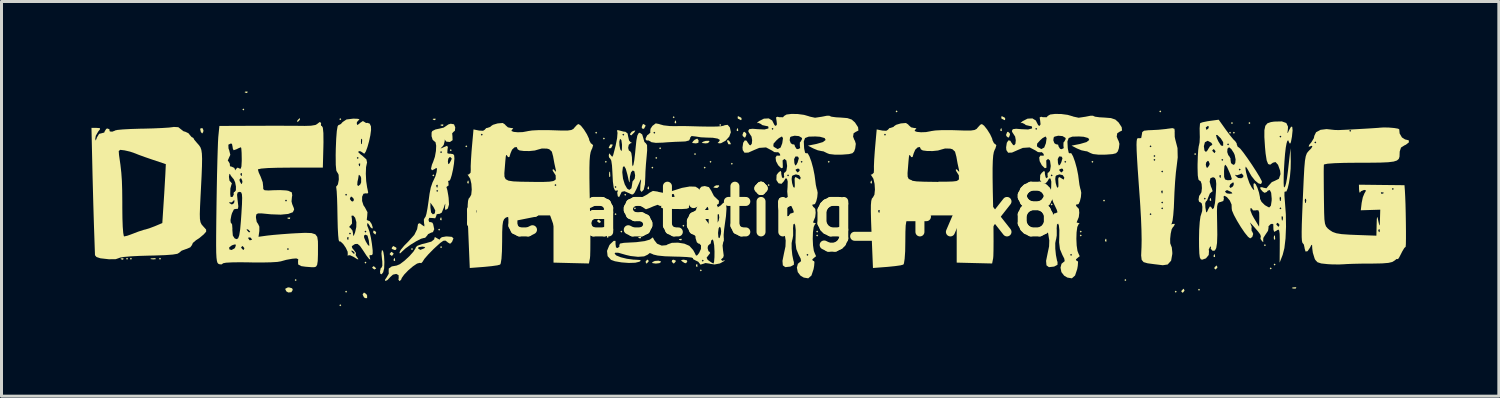
<source format=kicad_pcb>
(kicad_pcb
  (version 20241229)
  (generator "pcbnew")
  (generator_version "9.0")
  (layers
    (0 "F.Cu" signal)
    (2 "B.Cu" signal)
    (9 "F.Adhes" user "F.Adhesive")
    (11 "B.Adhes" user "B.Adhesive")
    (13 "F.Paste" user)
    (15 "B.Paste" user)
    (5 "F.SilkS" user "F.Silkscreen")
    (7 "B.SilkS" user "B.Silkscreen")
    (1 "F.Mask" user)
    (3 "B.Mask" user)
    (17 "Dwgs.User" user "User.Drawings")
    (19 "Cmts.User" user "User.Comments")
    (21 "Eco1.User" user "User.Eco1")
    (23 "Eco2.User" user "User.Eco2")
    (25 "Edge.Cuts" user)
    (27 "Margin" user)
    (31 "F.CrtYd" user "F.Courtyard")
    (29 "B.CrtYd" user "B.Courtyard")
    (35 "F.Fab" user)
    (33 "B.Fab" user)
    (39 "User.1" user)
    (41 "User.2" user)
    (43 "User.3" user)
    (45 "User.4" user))
  (footprint "devastating_47x8"
    (layer "F.Cu")
    (at 22.288 3.993)
    (property "Reference" "devastating_47x8" (at 0 0 0) (layer "F.SilkS") (effects (font (size 1.524 1.524) (thickness 0.3))))
    (attr through_hole)
    (fp_poly (pts (xy -21.07 1.583) (xy -21.102 1.616) (xy -21.134 1.583) (xy -21.102 1.551)) (stroke (width 0) (type solid)) (fill yes) (layer "F.SilkS"))
    (fp_poly (pts (xy -20.94 1.583) (xy -20.973 1.616) (xy -21.005 1.583) (xy -20.973 1.551)) (stroke (width 0) (type solid)) (fill yes) (layer "F.SilkS"))
    (fp_poly (pts (xy -19.971 1.583) (xy -20.003 1.616) (xy -20.036 1.583) (xy -20.003 1.551)) (stroke (width 0) (type solid)) (fill yes) (layer "F.SilkS"))
    (fp_poly (pts (xy -17.192 -3.393) (xy -17.224 -3.361) (xy -17.256 -3.393) (xy -17.224 -3.425)) (stroke (width 0) (type solid)) (fill yes) (layer "F.SilkS"))
    (fp_poly (pts (xy -15.447 2.294) (xy -15.479 2.327) (xy -15.511 2.294) (xy -15.479 2.262)) (stroke (width 0) (type solid)) (fill yes) (layer "F.SilkS"))
    (fp_poly (pts (xy -13.96 -3.07) (xy -13.993 -3.038) (xy -14.025 -3.07) (xy -13.993 -3.102)) (stroke (width 0) (type solid)) (fill yes) (layer "F.SilkS"))
    (fp_poly (pts (xy -13.96 3.135) (xy -13.993 3.167) (xy -14.025 3.135) (xy -13.993 3.102)) (stroke (width 0) (type solid)) (fill yes) (layer "F.SilkS"))
    (fp_poly (pts (xy -13.766 2.682) (xy -13.799 2.715) (xy -13.831 2.682) (xy -13.799 2.65)) (stroke (width 0) (type solid)) (fill yes) (layer "F.SilkS"))
    (fp_poly (pts (xy -13.12 1.713) (xy -13.152 1.745) (xy -13.185 1.713) (xy -13.152 1.68)) (stroke (width 0) (type solid)) (fill yes) (layer "F.SilkS"))
    (fp_poly (pts (xy -11.569 1.26) (xy -11.601 1.293) (xy -11.634 1.26) (xy -11.601 1.228)) (stroke (width 0) (type solid)) (fill yes) (layer "F.SilkS"))
    (fp_poly (pts (xy -10.858 -1.196) (xy -10.89 -1.163) (xy -10.923 -1.196) (xy -10.89 -1.228)) (stroke (width 0) (type solid)) (fill yes) (layer "F.SilkS"))
    (fp_poly (pts (xy -10.664 0.614) (xy -10.696 0.646) (xy -10.729 0.614) (xy -10.696 0.582)) (stroke (width 0) (type solid)) (fill yes) (layer "F.SilkS"))
    (fp_poly (pts (xy -10.599 1.196) (xy -10.632 1.228) (xy -10.664 1.196) (xy -10.632 1.163)) (stroke (width 0) (type solid)) (fill yes) (layer "F.SilkS"))
    (fp_poly (pts (xy -10.276 -2.036) (xy -10.309 -2.004) (xy -10.341 -2.036) (xy -10.309 -2.068)) (stroke (width 0) (type solid)) (fill yes) (layer "F.SilkS"))
    (fp_poly (pts (xy -9.759 -2.165) (xy -9.792 -2.133) (xy -9.824 -2.165) (xy -9.792 -2.197)) (stroke (width 0) (type solid)) (fill yes) (layer "F.SilkS"))
    (fp_poly (pts (xy -5.429 -2.618) (xy -5.461 -2.585) (xy -5.494 -2.618) (xy -5.461 -2.65)) (stroke (width 0) (type solid)) (fill yes) (layer "F.SilkS"))
    (fp_poly (pts (xy -5.17 -2.424) (xy -5.203 -2.391) (xy -5.235 -2.424) (xy -5.203 -2.456)) (stroke (width 0) (type solid)) (fill yes) (layer "F.SilkS"))
    (fp_poly (pts (xy -5.106 -1.648) (xy -5.138 -1.616) (xy -5.17 -1.648) (xy -5.138 -1.68)) (stroke (width 0) (type solid)) (fill yes) (layer "F.SilkS"))
    (fp_poly (pts (xy -4.783 0.097) (xy -4.815 0.129) (xy -4.847 0.097) (xy -4.815 0.065)) (stroke (width 0) (type solid)) (fill yes) (layer "F.SilkS"))
    (fp_poly (pts (xy -4.589 0.679) (xy -4.621 0.711) (xy -4.653 0.679) (xy -4.621 0.646)) (stroke (width 0) (type solid)) (fill yes) (layer "F.SilkS"))
    (fp_poly (pts (xy -4.46 -0.549) (xy -4.492 -0.517) (xy -4.524 -0.549) (xy -4.492 -0.582)) (stroke (width 0) (type solid)) (fill yes) (layer "F.SilkS"))
    (fp_poly (pts (xy -4.46 -0.032) (xy -4.492 0) (xy -4.524 -0.032) (xy -4.492 -0.065)) (stroke (width 0) (type solid)) (fill yes) (layer "F.SilkS"))
    (fp_poly (pts (xy -4.136 -0.097) (xy -4.169 -0.065) (xy -4.201 -0.097) (xy -4.169 -0.129)) (stroke (width 0) (type solid)) (fill yes) (layer "F.SilkS"))
    (fp_poly (pts (xy -3.555 -1.454) (xy -3.587 -1.422) (xy -3.619 -1.454) (xy -3.587 -1.487)) (stroke (width 0) (type solid)) (fill yes) (layer "F.SilkS"))
    (fp_poly (pts (xy -3.425 -1.777) (xy -3.458 -1.745) (xy -3.49 -1.777) (xy -3.458 -1.81)) (stroke (width 0) (type solid)) (fill yes) (layer "F.SilkS"))
    (fp_poly (pts (xy -3.296 -2.101) (xy -3.328 -2.068) (xy -3.361 -2.101) (xy -3.328 -2.133)) (stroke (width 0) (type solid)) (fill yes) (layer "F.SilkS"))
    (fp_poly (pts (xy -2.844 -3.135) (xy -2.876 -3.102) (xy -2.908 -3.135) (xy -2.876 -3.167)) (stroke (width 0) (type solid)) (fill yes) (layer "F.SilkS"))
    (fp_poly (pts (xy -2.521 0.485) (xy -2.553 0.517) (xy -2.585 0.485) (xy -2.553 0.452)) (stroke (width 0) (type solid)) (fill yes) (layer "F.SilkS"))
    (fp_poly (pts (xy -2.133 -1.907) (xy -2.165 -1.874) (xy -2.197 -1.907) (xy -2.165 -1.939)) (stroke (width 0) (type solid)) (fill yes) (layer "F.SilkS"))
    (fp_poly (pts (xy -1.939 1.971) (xy -1.971 2.004) (xy -2.004 1.971) (xy -1.971 1.939)) (stroke (width 0) (type solid)) (fill yes) (layer "F.SilkS"))
    (fp_poly (pts (xy -1.81 -1.454) (xy -1.842 -1.422) (xy -1.874 -1.454) (xy -1.842 -1.487)) (stroke (width 0) (type solid)) (fill yes) (layer "F.SilkS"))
    (fp_poly (pts (xy -1.616 -1.648) (xy -1.648 -1.616) (xy -1.68 -1.648) (xy -1.648 -1.68)) (stroke (width 0) (type solid)) (fill yes) (layer "F.SilkS"))
    (fp_poly (pts (xy -1.422 0.291) (xy -1.454 0.323) (xy -1.487 0.291) (xy -1.454 0.259)) (stroke (width 0) (type solid)) (fill yes) (layer "F.SilkS"))
    (fp_poly (pts (xy -1.293 -2.876) (xy -1.325 -2.844) (xy -1.357 -2.876) (xy -1.325 -2.908)) (stroke (width 0) (type solid)) (fill yes) (layer "F.SilkS"))
    (fp_poly (pts (xy -0.905 -1.583) (xy -0.937 -1.551) (xy -0.969 -1.583) (xy -0.937 -1.616)) (stroke (width 0) (type solid)) (fill yes) (layer "F.SilkS"))
    (fp_poly (pts (xy 0.323 -0.873) (xy 0.291 -0.84) (xy 0.259 -0.873) (xy 0.291 -0.905)) (stroke (width 0) (type solid)) (fill yes) (layer "F.SilkS"))
    (fp_poly (pts (xy 0.969 -0.226) (xy 0.937 -0.194) (xy 0.905 -0.226) (xy 0.937 -0.259)) (stroke (width 0) (type solid)) (fill yes) (layer "F.SilkS"))
    (fp_poly (pts (xy 1.939 0.679) (xy 1.907 0.711) (xy 1.874 0.679) (xy 1.907 0.646)) (stroke (width 0) (type solid)) (fill yes) (layer "F.SilkS"))
    (fp_poly (pts (xy 1.939 0.808) (xy 1.907 0.84) (xy 1.874 0.808) (xy 1.907 0.776)) (stroke (width 0) (type solid)) (fill yes) (layer "F.SilkS"))
    (fp_poly (pts (xy 2.327 -1.648) (xy 2.294 -1.616) (xy 2.262 -1.648) (xy 2.294 -1.68)) (stroke (width 0) (type solid)) (fill yes) (layer "F.SilkS"))
    (fp_poly (pts (xy 2.715 -0.355) (xy 2.682 -0.323) (xy 2.65 -0.355) (xy 2.682 -0.388)) (stroke (width 0) (type solid)) (fill yes) (layer "F.SilkS"))
    (fp_poly (pts (xy 4.589 -3.328) (xy 4.556 -3.296) (xy 4.524 -3.328) (xy 4.556 -3.361)) (stroke (width 0) (type solid)) (fill yes) (layer "F.SilkS"))
    (fp_poly (pts (xy 9.113 -0.873) (xy 9.081 -0.84) (xy 9.048 -0.873) (xy 9.081 -0.905)) (stroke (width 0) (type solid)) (fill yes) (layer "F.SilkS"))
    (fp_poly (pts (xy 9.759 -0.226) (xy 9.727 -0.194) (xy 9.695 -0.226) (xy 9.727 -0.259)) (stroke (width 0) (type solid)) (fill yes) (layer "F.SilkS"))
    (fp_poly (pts (xy 10.729 0.679) (xy 10.696 0.711) (xy 10.664 0.679) (xy 10.696 0.646)) (stroke (width 0) (type solid)) (fill yes) (layer "F.SilkS"))
    (fp_poly (pts (xy 10.729 0.808) (xy 10.696 0.84) (xy 10.664 0.808) (xy 10.696 0.776)) (stroke (width 0) (type solid)) (fill yes) (layer "F.SilkS"))
    (fp_poly (pts (xy 11.117 -1.648) (xy 11.084 -1.616) (xy 11.052 -1.648) (xy 11.084 -1.68)) (stroke (width 0) (type solid)) (fill yes) (layer "F.SilkS"))
    (fp_poly (pts (xy 11.504 -0.355) (xy 11.472 -0.323) (xy 11.44 -0.355) (xy 11.472 -0.388)) (stroke (width 0) (type solid)) (fill yes) (layer "F.SilkS"))
    (fp_poly (pts (xy 12.215 2.294) (xy 12.183 2.327) (xy 12.151 2.294) (xy 12.183 2.262)) (stroke (width 0) (type solid)) (fill yes) (layer "F.SilkS"))
    (fp_poly (pts (xy 13.379 -3.328) (xy 13.346 -3.296) (xy 13.314 -3.328) (xy 13.346 -3.361)) (stroke (width 0) (type solid)) (fill yes) (layer "F.SilkS"))
    (fp_poly (pts (xy 13.896 2.682) (xy 13.863 2.715) (xy 13.831 2.682) (xy 13.863 2.65)) (stroke (width 0) (type solid)) (fill yes) (layer "F.SilkS"))
    (fp_poly (pts (xy 14.542 -1.907) (xy 14.51 -1.874) (xy 14.477 -1.907) (xy 14.51 -1.939)) (stroke (width 0) (type solid)) (fill yes) (layer "F.SilkS"))
    (fp_poly (pts (xy 14.671 2.618) (xy 14.639 2.65) (xy 14.607 2.618) (xy 14.639 2.585)) (stroke (width 0) (type solid)) (fill yes) (layer "F.SilkS"))
    (fp_poly (pts (xy 15.705 -2.618) (xy 15.673 -2.585) (xy 15.641 -2.618) (xy 15.673 -2.65)) (stroke (width 0) (type solid)) (fill yes) (layer "F.SilkS"))
    (fp_poly (pts (xy 15.77 -2.941) (xy 15.738 -2.908) (xy 15.705 -2.941) (xy 15.738 -2.973)) (stroke (width 0) (type solid)) (fill yes) (layer "F.SilkS"))
    (fp_poly (pts (xy 15.835 -2.618) (xy 15.802 -2.585) (xy 15.77 -2.618) (xy 15.802 -2.65)) (stroke (width 0) (type solid)) (fill yes) (layer "F.SilkS"))
    (fp_poly (pts (xy 16.352 -2.941) (xy 16.319 -2.908) (xy 16.287 -2.941) (xy 16.319 -2.973)) (stroke (width 0) (type solid)) (fill yes) (layer "F.SilkS"))
    (fp_poly (pts (xy 16.869 1.131) (xy 16.836 1.163) (xy 16.804 1.131) (xy 16.836 1.099)) (stroke (width 0) (type solid)) (fill yes) (layer "F.SilkS"))
    (fp_poly (pts (xy 17.063 1.907) (xy 17.03 1.939) (xy 16.998 1.907) (xy 17.03 1.874)) (stroke (width 0) (type solid)) (fill yes) (layer "F.SilkS"))
    (fp_poly (pts (xy 17.192 1.777) (xy 17.16 1.81) (xy 17.127 1.777) (xy 17.16 1.745)) (stroke (width 0) (type solid)) (fill yes) (layer "F.SilkS"))
    (fp_poly (pts (xy -21.221 1.573) (xy -21.229 1.611) (xy -21.264 1.616) (xy -21.317 1.592) (xy -21.307 1.573) (xy -21.23 1.565)) (stroke (width 0) (type solid)) (fill yes) (layer "F.SilkS"))
    (fp_poly (pts (xy -20.149 1.573) (xy -20.141 1.597) (xy -20.23 1.606) (xy -20.321 1.595) (xy -20.31 1.573) (xy -20.178 1.564)) (stroke (width 0) (type solid)) (fill yes) (layer "F.SilkS"))
    (fp_poly (pts (xy -17.084 -3.986) (xy -17.093 -3.947) (xy -17.127 -3.942) (xy -17.18 -3.966) (xy -17.17 -3.986) (xy -17.094 -3.993)) (stroke (width 0) (type solid)) (fill yes) (layer "F.SilkS"))
    (fp_poly (pts (xy -15.662 0.215) (xy -15.671 0.254) (xy -15.705 0.259) (xy -15.759 0.235) (xy -15.748 0.215) (xy -15.672 0.208)) (stroke (width 0) (type solid)) (fill yes) (layer "F.SilkS"))
    (fp_poly (pts (xy -12.172 1.573) (xy -12.164 1.649) (xy -12.172 1.659) (xy -12.211 1.65) (xy -12.215 1.616) (xy -12.192 1.563)) (stroke (width 0) (type solid)) (fill yes) (layer "F.SilkS"))
    (fp_poly (pts (xy -10.815 -3.081) (xy -10.824 -3.042) (xy -10.858 -3.038) (xy -10.911 -3.061) (xy -10.901 -3.081) (xy -10.824 -3.088)) (stroke (width 0) (type solid)) (fill yes) (layer "F.SilkS"))
    (fp_poly (pts (xy -10.621 0.215) (xy -10.613 0.292) (xy -10.621 0.302) (xy -10.659 0.293) (xy -10.664 0.259) (xy -10.64 0.205)) (stroke (width 0) (type solid)) (fill yes) (layer "F.SilkS"))
    (fp_poly (pts (xy -10.556 -2.887) (xy -10.565 -2.848) (xy -10.599 -2.844) (xy -10.653 -2.867) (xy -10.643 -2.887) (xy -10.566 -2.895)) (stroke (width 0) (type solid)) (fill yes) (layer "F.SilkS"))
    (fp_poly (pts (xy -9.716 -1.013) (xy -9.708 -0.936) (xy -9.716 -0.926) (xy -9.755 -0.935) (xy -9.759 -0.969) (xy -9.736 -1.023)) (stroke (width 0) (type solid)) (fill yes) (layer "F.SilkS"))
    (fp_poly (pts (xy -5.063 0.797) (xy -5.055 0.874) (xy -5.063 0.883) (xy -5.101 0.874) (xy -5.106 0.84) (xy -5.082 0.787)) (stroke (width 0) (type solid)) (fill yes) (layer "F.SilkS"))
    (fp_poly (pts (xy -4.998 -1.309) (xy -4.99 -1.176) (xy -4.998 -1.147) (xy -5.022 -1.139) (xy -5.031 -1.228) (xy -5.021 -1.32)) (stroke (width 0) (type solid)) (fill yes) (layer "F.SilkS"))
    (fp_poly (pts (xy -3.964 0.862) (xy -3.973 0.9) (xy -4.007 0.905) (xy -4.06 0.881) (xy -4.05 0.862) (xy -3.974 0.854)) (stroke (width 0) (type solid)) (fill yes) (layer "F.SilkS"))
    (fp_poly (pts (xy -3.706 -0.819) (xy -3.698 -0.742) (xy -3.706 -0.732) (xy -3.744 -0.741) (xy -3.749 -0.776) (xy -3.725 -0.829)) (stroke (width 0) (type solid)) (fill yes) (layer "F.SilkS"))
    (fp_poly (pts (xy -2.865 0.539) (xy -2.858 0.615) (xy -2.865 0.625) (xy -2.904 0.616) (xy -2.908 0.582) (xy -2.885 0.528)) (stroke (width 0) (type solid)) (fill yes) (layer "F.SilkS"))
    (fp_poly (pts (xy -2.801 -3.016) (xy -2.793 -2.939) (xy -2.801 -2.93) (xy -2.839 -2.939) (xy -2.844 -2.973) (xy -2.82 -3.026)) (stroke (width 0) (type solid)) (fill yes) (layer "F.SilkS"))
    (fp_poly (pts (xy -2.607 0.926) (xy -2.616 0.965) (xy -2.65 0.969) (xy -2.703 0.946) (xy -2.693 0.926) (xy -2.616 0.919)) (stroke (width 0) (type solid)) (fill yes) (layer "F.SilkS"))
    (fp_poly (pts (xy -2.09 1.767) (xy -2.082 1.843) (xy -2.09 1.853) (xy -2.128 1.844) (xy -2.133 1.81) (xy -2.109 1.756)) (stroke (width 0) (type solid)) (fill yes) (layer "F.SilkS"))
    (fp_poly (pts (xy -1.637 0.28) (xy -1.63 0.357) (xy -1.637 0.366) (xy -1.676 0.357) (xy -1.68 0.323) (xy -1.657 0.27)) (stroke (width 0) (type solid)) (fill yes) (layer "F.SilkS"))
    (fp_poly (pts (xy -0.732 -2.758) (xy -0.725 -2.681) (xy -0.732 -2.671) (xy -0.771 -2.68) (xy -0.776 -2.715) (xy -0.752 -2.768)) (stroke (width 0) (type solid)) (fill yes) (layer "F.SilkS"))
    (fp_poly (pts (xy 2.758 0.926) (xy 2.765 1.003) (xy 2.758 1.013) (xy 2.719 1.004) (xy 2.715 0.969) (xy 2.738 0.916)) (stroke (width 0) (type solid)) (fill yes) (layer "F.SilkS"))
    (fp_poly (pts (xy 3.727 -1.013) (xy 3.735 -0.936) (xy 3.727 -0.926) (xy 3.689 -0.935) (xy 3.684 -0.969) (xy 3.708 -1.023)) (stroke (width 0) (type solid)) (fill yes) (layer "F.SilkS"))
    (fp_poly (pts (xy 8.057 -2.758) (xy 8.065 -2.681) (xy 8.057 -2.671) (xy 8.019 -2.68) (xy 8.014 -2.715) (xy 8.038 -2.768)) (stroke (width 0) (type solid)) (fill yes) (layer "F.SilkS"))
    (fp_poly (pts (xy 11.547 0.926) (xy 11.555 1.003) (xy 11.547 1.013) (xy 11.509 1.004) (xy 11.504 0.969) (xy 11.528 0.916)) (stroke (width 0) (type solid)) (fill yes) (layer "F.SilkS"))
    (fp_poly (pts (xy 15.037 -0.431) (xy 15.045 -0.354) (xy 15.037 -0.345) (xy 14.999 -0.354) (xy 14.994 -0.388) (xy 15.018 -0.441)) (stroke (width 0) (type solid)) (fill yes) (layer "F.SilkS"))
    (fp_poly (pts (xy 15.167 1.443) (xy 15.174 1.52) (xy 15.167 1.53) (xy 15.128 1.521) (xy 15.124 1.487) (xy 15.147 1.433)) (stroke (width 0) (type solid)) (fill yes) (layer "F.SilkS"))
    (fp_poly (pts (xy 17.171 0.828) (xy 17.179 0.929) (xy 17.166 0.952) (xy 17.137 0.933) (xy 17.132 0.867) (xy 17.148 0.798)) (stroke (width 0) (type solid)) (fill yes) (layer "F.SilkS"))
    (fp_poly (pts (xy 17.885 2.546) (xy 17.866 2.576) (xy 17.8 2.58) (xy 17.732 2.564) (xy 17.761 2.541) (xy 17.862 2.533)) (stroke (width 0) (type solid)) (fill yes) (layer "F.SilkS"))
    (fp_poly (pts (xy -18.555 -2.701) (xy -18.563 -2.641) (xy -18.598 -2.592) (xy -18.641 -2.641) (xy -18.664 -2.736) (xy -18.653 -2.762) (xy -18.589 -2.773)) (stroke (width 0) (type solid)) (fill yes) (layer "F.SilkS"))
    (fp_poly (pts (xy -15.599 2.569) (xy -15.576 2.622) (xy -15.624 2.7) (xy -15.726 2.709) (xy -15.792 2.671) (xy -15.831 2.588) (xy -15.748 2.543) (xy -15.705 2.538)) (stroke (width 0) (type solid)) (fill yes) (layer "F.SilkS"))
    (fp_poly (pts (xy -15.338 -3.061) (xy -15.35 -3.038) (xy -15.411 -2.976) (xy -15.422 -2.973) (xy -15.427 -3.015) (xy -15.415 -3.038) (xy -15.354 -3.099) (xy -15.342 -3.102)) (stroke (width 0) (type solid)) (fill yes) (layer "F.SilkS"))
    (fp_poly (pts (xy -13.121 2.766) (xy -13.097 2.811) (xy -13.098 2.897) (xy -13.168 2.896) (xy -13.206 2.865) (xy -13.248 2.776) (xy -13.211 2.717) (xy -13.192 2.715)) (stroke (width 0) (type solid)) (fill yes) (layer "F.SilkS"))
    (fp_poly (pts (xy -12.862 1.842) (xy -12.8 1.9) (xy -12.797 1.91) (xy -12.847 1.938) (xy -12.862 1.939) (xy -12.924 1.889) (xy -12.926 1.87) (xy -12.887 1.832)) (stroke (width 0) (type solid)) (fill yes) (layer "F.SilkS"))
    (fp_poly (pts (xy -12.8 0.693) (xy -12.797 0.711) (xy -12.819 0.774) (xy -12.825 0.776) (xy -12.881 0.73) (xy -12.894 0.711) (xy -12.889 0.651) (xy -12.865 0.646)) (stroke (width 0) (type solid)) (fill yes) (layer "F.SilkS"))
    (fp_poly (pts (xy -12.217 1.406) (xy -12.215 1.422) (xy -12.264 1.485) (xy -12.28 1.487) (xy -12.343 1.437) (xy -12.345 1.422) (xy -12.295 1.359) (xy -12.28 1.357)) (stroke (width 0) (type solid)) (fill yes) (layer "F.SilkS"))
    (fp_poly (pts (xy -12.132 1.21) (xy -12.118 1.228) (xy -12.133 1.283) (xy -12.179 1.293) (xy -12.268 1.259) (xy -12.28 1.228) (xy -12.234 1.165) (xy -12.219 1.163)) (stroke (width 0) (type solid)) (fill yes) (layer "F.SilkS"))
    (fp_poly (pts (xy -5.364 0.291) (xy -5.303 0.349) (xy -5.3 0.359) (xy -5.35 0.387) (xy -5.364 0.388) (xy -5.427 0.338) (xy -5.429 0.319) (xy -5.389 0.281)) (stroke (width 0) (type solid)) (fill yes) (layer "F.SilkS"))
    (fp_poly (pts (xy -4.917 -2.227) (xy -4.912 -2.205) (xy -4.959 -2.114) (xy -4.977 -2.101) (xy -5.036 -2.103) (xy -5.041 -2.125) (xy -4.994 -2.217) (xy -4.977 -2.23)) (stroke (width 0) (type solid)) (fill yes) (layer "F.SilkS"))
    (fp_poly (pts (xy -4.184 -2.638) (xy -4.2 -2.619) (xy -4.291 -2.529) (xy -4.328 -2.55) (xy -4.33 -2.578) (xy -4.278 -2.648) (xy -4.224 -2.677) (xy -4.154 -2.693)) (stroke (width 0) (type solid)) (fill yes) (layer "F.SilkS"))
    (fp_poly (pts (xy -3.815 -2.862) (xy -3.813 -2.848) (xy -3.86 -2.76) (xy -3.878 -2.747) (xy -3.933 -2.761) (xy -3.942 -2.808) (xy -3.909 -2.896) (xy -3.878 -2.908)) (stroke (width 0) (type solid)) (fill yes) (layer "F.SilkS"))
    (fp_poly (pts (xy -3.706 1.655) (xy -3.716 1.68) (xy -3.774 1.742) (xy -3.785 1.745) (xy -3.812 1.695) (xy -3.813 1.68) (xy -3.764 1.618) (xy -3.745 1.616)) (stroke (width 0) (type solid)) (fill yes) (layer "F.SilkS"))
    (fp_poly (pts (xy -3.304 1.673) (xy -3.296 1.691) (xy -3.352 1.731) (xy -3.469 1.745) (xy -3.579 1.731) (xy -3.596 1.701) (xy -3.504 1.658) (xy -3.386 1.648)) (stroke (width 0) (type solid)) (fill yes) (layer "F.SilkS"))
    (fp_poly (pts (xy -2.806 1.646) (xy -2.811 1.68) (xy -2.867 1.742) (xy -2.876 1.745) (xy -2.927 1.7) (xy -2.941 1.68) (xy -2.925 1.626) (xy -2.876 1.616)) (stroke (width 0) (type solid)) (fill yes) (layer "F.SilkS"))
    (fp_poly (pts (xy -2.433 1.638) (xy -2.424 1.68) (xy -2.465 1.735) (xy -2.518 1.723) (xy -2.585 1.68) (xy -2.635 1.634) (xy -2.571 1.618) (xy -2.533 1.617)) (stroke (width 0) (type solid)) (fill yes) (layer "F.SilkS"))
    (fp_poly (pts (xy -2.045 -2.361) (xy -2.054 -2.28) (xy -2.135 -2.262) (xy -2.239 -2.273) (xy -2.262 -2.286) (xy -2.22 -2.343) (xy -2.173 -2.385) (xy -2.09 -2.422)) (stroke (width 0) (type solid)) (fill yes) (layer "F.SilkS"))
    (fp_poly (pts (xy -1.68 -2.321) (xy -1.735 -2.273) (xy -1.81 -2.262) (xy -1.915 -2.273) (xy -1.939 -2.287) (xy -1.886 -2.321) (xy -1.81 -2.345) (xy -1.707 -2.349)) (stroke (width 0) (type solid)) (fill yes) (layer "F.SilkS"))
    (fp_poly (pts (xy -1.357 -0.838) (xy -1.41 -0.783) (xy -1.454 -0.776) (xy -1.54 -0.789) (xy -1.551 -0.801) (xy -1.501 -0.843) (xy -1.454 -0.864) (xy -1.371 -0.865)) (stroke (width 0) (type solid)) (fill yes) (layer "F.SilkS"))
    (fp_poly (pts (xy -1.022 -2.341) (xy -0.973 -2.258) (xy -0.979 -2.231) (xy -1.047 -2.233) (xy -1.056 -2.241) (xy -1.098 -2.34) (xy -1.099 -2.35) (xy -1.066 -2.374)) (stroke (width 0) (type solid)) (fill yes) (layer "F.SilkS"))
    (fp_poly (pts (xy -0.627 -3.12) (xy -0.614 -3.102) (xy -0.617 -3.043) (xy -0.639 -3.038) (xy -0.73 -3.085) (xy -0.743 -3.102) (xy -0.74 -3.162) (xy -0.719 -3.167)) (stroke (width 0) (type solid)) (fill yes) (layer "F.SilkS"))
    (fp_poly (pts (xy -0.46 -2.598) (xy -0.452 -2.553) (xy -0.487 -2.467) (xy -0.517 -2.456) (xy -0.574 -2.508) (xy -0.582 -2.553) (xy -0.547 -2.639) (xy -0.517 -2.65)) (stroke (width 0) (type solid)) (fill yes) (layer "F.SilkS"))
    (fp_poly (pts (xy 8.163 -3.12) (xy 8.176 -3.102) (xy 8.173 -3.043) (xy 8.151 -3.038) (xy 8.06 -3.085) (xy 8.047 -3.102) (xy 8.05 -3.162) (xy 8.071 -3.167)) (stroke (width 0) (type solid)) (fill yes) (layer "F.SilkS"))
    (fp_poly (pts (xy 8.33 -2.598) (xy 8.337 -2.553) (xy 8.303 -2.467) (xy 8.273 -2.456) (xy 8.215 -2.508) (xy 8.208 -2.553) (xy 8.243 -2.639) (xy 8.273 -2.65)) (stroke (width 0) (type solid)) (fill yes) (layer "F.SilkS"))
    (fp_poly (pts (xy 14.153 2.635) (xy 14.154 2.65) (xy 14.105 2.712) (xy 14.086 2.715) (xy 14.047 2.675) (xy 14.057 2.65) (xy 14.115 2.588) (xy 14.126 2.585)) (stroke (width 0) (type solid)) (fill yes) (layer "F.SilkS"))
    (fp_poly (pts (xy 15.252 1.86) (xy 15.253 1.874) (xy 15.203 1.936) (xy 15.184 1.939) (xy 15.146 1.899) (xy 15.156 1.874) (xy 15.214 1.813) (xy 15.224 1.81)) (stroke (width 0) (type solid)) (fill yes) (layer "F.SilkS"))
    (fp_poly (pts (xy 0.727 -0.395) (xy 0.749 -0.248) (xy 0.754 -0.162) (xy 0.748 0.035) (xy 0.716 0.119) (xy 0.671 0.086) (xy 0.623 -0.071) (xy 0.618 -0.098) (xy 0.601 -0.311) (xy 0.644 -0.431) (xy 0.699 -0.452)) (stroke (width 0) (type solid)) (fill yes) (layer "F.SilkS"))
    (fp_poly (pts (xy 9.517 -0.395) (xy 9.539 -0.248) (xy 9.544 -0.162) (xy 9.538 0.035) (xy 9.506 0.119) (xy 9.461 0.086) (xy 9.413 -0.071) (xy 9.408 -0.098) (xy 9.391 -0.311) (xy 9.434 -0.431) (xy 9.488 -0.452)) (stroke (width 0) (type solid)) (fill yes) (layer "F.SilkS"))
    (fp_poly (pts (xy -12.558 1.351) (xy -12.533 1.498) (xy -12.522 1.695) (xy -12.53 1.902) (xy -12.53 1.905) (xy -12.562 2.034) (xy -12.613 2.102) (xy -12.656 2.088) (xy -12.668 2.016) (xy -12.647 1.905) (xy -12.613 1.874) (xy -12.59 1.817) (xy -12.592 1.673) (xy -12.603 1.583) (xy -12.619 1.411) (xy -12.607 1.307) (xy -12.593 1.293)) (stroke (width 0) (type solid)) (fill yes) (layer "F.SilkS"))
    (fp_poly (pts (xy -3.358 -2.907) (xy -3.347 -2.901) (xy -3.21 -2.863) (xy -3.004 -2.84) (xy -2.887 -2.838) (xy -2.667 -2.839) (xy -2.484 -2.839) (xy -2.424 -2.838) (xy -1.987 -2.826) (xy -1.663 -2.821) (xy -1.435 -2.824) (xy -1.286 -2.836) (xy -1.2 -2.856) (xy -1.175 -2.869) (xy -1.078 -2.881) (xy -1.002 -2.793) (xy -0.97 -2.634) (xy -1.022 -2.49) (xy -1.146 -2.352) (xy -1.294 -2.27) (xy -1.341 -2.263) (xy -1.413 -2.275) (xy -1.365 -2.321) (xy -1.335 -2.376) (xy -1.411 -2.422) (xy -1.573 -2.45) (xy -1.755 -2.455) (xy -1.968 -2.465) (xy -2.149 -2.493) (xy -2.28 -2.508) (xy -2.325 -2.456) (xy -2.327 -2.431) (xy -2.361 -2.361) (xy -2.482 -2.328) (xy -2.601 -2.322) (xy -2.831 -2.314) (xy -3.106 -2.298) (xy -3.242 -2.287) (xy -3.472 -2.28) (xy -3.618 -2.302) (xy -3.65 -2.325) (xy -3.728 -2.365) (xy -3.753 -2.356) (xy -3.804 -2.374) (xy -3.813 -2.422) (xy -3.761 -2.533) (xy -3.717 -2.562) (xy -3.659 -2.618) (xy -3.555 -2.618) (xy -3.522 -2.585) (xy -3.49 -2.618) (xy -3.522 -2.65) (xy -3.555 -2.618) (xy -3.659 -2.618) (xy -3.652 -2.624) (xy -3.658 -2.661) (xy -3.649 -2.749) (xy -3.585 -2.846) (xy -3.475 -2.929)) (stroke (width 0) (type solid)) (fill yes) (layer "F.SilkS"))
    (fp_poly (pts (xy -10.272 0.854) (xy -10.219 0.905) (xy -10.262 1.013) (xy -10.271 1.028) (xy -10.331 1.085) (xy -10.407 1.041) (xy -10.429 1.02) (xy -10.488 0.978) (xy -10.558 0.986) (xy -10.661 1.058) (xy -10.823 1.205) (xy -10.887 1.265) (xy -11.058 1.439) (xy -11.185 1.585) (xy -11.244 1.676) (xy -11.246 1.684) (xy -11.293 1.73) (xy -11.344 1.721) (xy -11.433 1.745) (xy -11.571 1.838) (xy -11.725 1.97) (xy -11.86 2.11) (xy -11.945 2.228) (xy -11.957 2.27) (xy -12.006 2.325) (xy -12.019 2.327) (xy -12.055 2.279) (xy -12.045 2.23) (xy -12.048 2.131) (xy -12.126 2.09) (xy -12.236 2.114) (xy -12.32 2.189) (xy -12.418 2.293) (xy -12.487 2.327) (xy -12.504 2.288) (xy -12.445 2.202) (xy -12.376 2.082) (xy -12.379 2) (xy -12.376 1.911) (xy -12.276 1.84) (xy -12.113 1.811) (xy -12.004 1.765) (xy -11.853 1.651) (xy -11.692 1.502) (xy -11.556 1.35) (xy -11.484 1.236) (xy -11.402 1.236) (xy -11.325 1.289) (xy -11.199 1.24) (xy -11.19 1.235) (xy -11.161 1.194) (xy -11.252 1.18) (xy -11.27 1.18) (xy -11.381 1.198) (xy -11.402 1.236) (xy -11.484 1.236) (xy -11.479 1.228) (xy -11.472 1.197) (xy -11.415 1.148) (xy -11.268 1.096) (xy -11.165 1.072) (xy -10.955 1.012) (xy -10.862 0.938) (xy -10.858 0.918) (xy -10.84 0.859) (xy -10.767 0.9) (xy -10.761 0.905) (xy -10.681 0.948) (xy -10.664 0.913) (xy -10.607 0.865) (xy -10.468 0.841) (xy -10.438 0.84)) (stroke (width 0) (type solid)) (fill yes) (layer "F.SilkS"))
    (fp_poly (pts (xy 13.82 -2.748) (xy 13.829 -2.666) (xy 13.827 -2.64) (xy 13.83 -2.478) (xy 13.848 -2.391) (xy 13.922 -2.106) (xy 13.929 -1.791) (xy 13.898 -1.533) (xy 13.868 -1.293) (xy 13.841 -0.973) (xy 13.82 -0.624) (xy 13.812 -0.419) (xy 13.8 -0.122) (xy 13.78 0.132) (xy 13.757 0.312) (xy 13.737 0.382) (xy 13.716 0.442) (xy 13.756 0.426) (xy 13.823 0.42) (xy 13.831 0.443) (xy 13.782 0.523) (xy 13.771 0.528) (xy 13.728 0.6) (xy 13.695 0.748) (xy 13.677 0.921) (xy 13.679 1.067) (xy 13.702 1.131) (xy 13.732 1.208) (xy 13.748 1.365) (xy 13.749 1.423) (xy 13.709 1.648) (xy 13.594 1.776) (xy 13.431 1.8) (xy 13.308 1.785) (xy 13.152 1.766) (xy 12.926 1.736) (xy 12.791 1.697) (xy 12.727 1.62) (xy 12.71 1.475) (xy 12.72 1.233) (xy 12.722 1.195) (xy 12.726 0.954) (xy 12.72 0.621) (xy 12.705 0.234) (xy 12.697 0.097) (xy 12.991 0.097) (xy 13.023 0.129) (xy 13.055 0.097) (xy 13.023 0.065) (xy 12.991 0.097) (xy 12.697 0.097) (xy 12.686 -0.097) (xy 13.379 -0.097) (xy 13.411 -0.065) (xy 13.443 -0.097) (xy 13.411 -0.129) (xy 13.379 -0.097) (xy 12.686 -0.097) (xy 12.682 -0.171) (xy 12.674 -0.291) (xy 13.379 -0.291) (xy 13.411 -0.259) (xy 13.443 -0.291) (xy 13.411 -0.323) (xy 13.379 -0.291) (xy 12.674 -0.291) (xy 12.671 -0.343) (xy 12.649 -0.646) (xy 13.379 -0.646) (xy 13.402 -0.593) (xy 13.422 -0.603) (xy 13.429 -0.68) (xy 13.422 -0.689) (xy 13.383 -0.681) (xy 13.379 -0.646) (xy 12.649 -0.646) (xy 12.629 -0.924) (xy 12.601 -1.325) (xy 13.379 -1.325) (xy 13.411 -1.293) (xy 13.443 -1.325) (xy 13.411 -1.357) (xy 13.379 -1.325) (xy 12.601 -1.325) (xy 12.596 -1.389) (xy 12.576 -1.713) (xy 13.12 -1.713) (xy 13.152 -1.68) (xy 13.185 -1.713) (xy 13.152 -1.745) (xy 13.12 -1.713) (xy 12.576 -1.713) (xy 12.574 -1.75) (xy 12.569 -1.842) (xy 13.12 -1.842) (xy 13.152 -1.81) (xy 13.185 -1.842) (xy 13.152 -1.874) (xy 13.12 -1.842) (xy 12.569 -1.842) (xy 12.56 -2.02) (xy 12.557 -2.165) (xy 12.991 -2.165) (xy 13.023 -2.133) (xy 13.055 -2.165) (xy 13.023 -2.197) (xy 12.991 -2.165) (xy 12.557 -2.165) (xy 12.555 -2.211) (xy 12.56 -2.335) (xy 12.572 -2.406) (xy 12.594 -2.436) (xy 12.623 -2.437) (xy 12.633 -2.433) (xy 12.711 -2.44) (xy 12.732 -2.547) (xy 12.746 -2.639) (xy 12.808 -2.685) (xy 12.953 -2.701) (xy 13.039 -2.704) (xy 13.29 -2.717) (xy 13.537 -2.742) (xy 13.594 -2.751) (xy 13.753 -2.771)) (stroke (width 0) (type solid)) (fill yes) (layer "F.SilkS"))
    (fp_poly (pts (xy -4.691 -2.693) (xy -4.544 -2.655) (xy -4.487 -2.65) (xy -4.414 -2.594) (xy -4.395 -2.494) (xy -4.365 -2.361) (xy -4.314 -2.305) (xy -4.266 -2.276) (xy -4.314 -2.267) (xy -4.374 -2.215) (xy -4.394 -2.112) (xy -4.369 -2.023) (xy -4.33 -2.004) (xy -4.29 -1.946) (xy -4.268 -1.802) (xy -4.266 -1.734) (xy -4.259 -1.556) (xy -4.242 -1.496) (xy -4.218 -1.546) (xy -4.19 -1.696) (xy -4.162 -1.936) (xy -4.149 -2.077) (xy -4.12 -2.355) (xy -4.088 -2.523) (xy -4.045 -2.603) (xy -4.007 -2.618) (xy -3.926 -2.56) (xy -3.89 -2.44) (xy -3.853 -2.311) (xy -3.8 -2.262) (xy -3.764 -2.205) (xy -3.761 -2.03) (xy -3.778 -1.826) (xy -3.802 -1.562) (xy -3.818 -1.315) (xy -3.822 -1.163) (xy -3.834 -0.895) (xy -3.876 -0.717) (xy -3.944 -0.647) (xy -3.951 -0.646) (xy -3.993 -0.705) (xy -3.986 -0.871) (xy -3.983 -0.889) (xy -3.963 -1.034) (xy -3.97 -1.063) (xy -4.009 -0.986) (xy -4.016 -0.969) (xy -4.117 -0.742) (xy -4.184 -0.613) (xy -4.236 -0.56) (xy -4.291 -0.564) (xy -4.356 -0.598) (xy -4.517 -0.668) (xy -4.61 -0.647) (xy -4.656 -0.551) (xy -4.697 -0.469) (xy -4.741 -0.502) (xy -4.759 -0.62) (xy -4.744 -0.656) (xy -4.737 -0.701) (xy -4.768 -0.688) (xy -4.831 -0.688) (xy -4.876 -0.786) (xy -4.879 -0.808) (xy -4.847 -0.808) (xy -4.815 -0.776) (xy -4.783 -0.808) (xy -4.815 -0.84) (xy -4.847 -0.808) (xy -4.879 -0.808) (xy -4.904 -0.992) (xy -4.919 -1.291) (xy -4.589 -1.291) (xy -4.566 -1.086) (xy -4.507 -0.894) (xy -4.428 -0.756) (xy -4.356 -0.711) (xy -4.285 -0.767) (xy -4.266 -0.873) (xy -4.248 -0.994) (xy -4.214 -1.034) (xy -4.175 -1.089) (xy -4.162 -1.196) (xy -4.186 -1.33) (xy -4.24 -1.361) (xy -4.298 -1.298) (xy -4.335 -1.156) (xy -4.338 -1.115) (xy -4.343 -0.986) (xy -4.355 -0.959) (xy -4.38 -1.043) (xy -4.418 -1.217) (xy -4.474 -1.416) (xy -4.528 -1.503) (xy -4.569 -1.474) (xy -4.588 -1.325) (xy -4.589 -1.291) (xy -4.919 -1.291) (xy -4.92 -1.309) (xy -4.933 -1.527) (xy -4.956 -1.684) (xy -4.985 -1.745) (xy -4.986 -1.745) (xy -5.032 -1.798) (xy -5.04 -1.858) (xy -5.029 -1.932) (xy -4.984 -1.884) (xy -4.979 -1.876) (xy -4.926 -1.813) (xy -4.895 -1.866) (xy -4.892 -1.876) (xy -4.811 -2.189) (xy -4.786 -2.32) (xy -4.689 -2.32) (xy -4.683 -2.185) (xy -4.656 -2.06) (xy -4.617 -2.004) (xy -4.616 -2.004) (xy -4.603 -2.06) (xy -4.6 -2.2) (xy -4.601 -2.232) (xy -4.621 -2.372) (xy -4.658 -2.41) (xy -4.668 -2.403) (xy -4.689 -2.32) (xy -4.786 -2.32) (xy -4.762 -2.442) (xy -4.754 -2.553) (xy -4.589 -2.553) (xy -4.556 -2.521) (xy -4.524 -2.553) (xy -4.556 -2.585) (xy -4.589 -2.553) (xy -4.754 -2.553) (xy -4.749 -2.613) (xy -4.76 -2.665) (xy -4.757 -2.709)) (stroke (width 0) (type solid)) (fill yes) (layer "F.SilkS"))
    (fp_poly (pts (xy -19.392 -2.802) (xy -19.328 -2.751) (xy -19.22 -2.667) (xy -19.158 -2.65) (xy -19.054 -2.6) (xy -19.021 -2.558) (xy -18.95 -2.474) (xy -18.921 -2.461) (xy -18.887 -2.44) (xy -18.888 -2.438) (xy -18.861 -2.385) (xy -18.771 -2.278) (xy -18.759 -2.265) (xy -18.7 -2.198) (xy -18.655 -2.13) (xy -18.625 -2.044) (xy -18.607 -1.922) (xy -18.6 -1.748) (xy -18.604 -1.503) (xy -18.617 -1.171) (xy -18.639 -0.735) (xy -18.651 -0.51) (xy -18.668 -0.156) (xy -18.676 0.092) (xy -18.672 0.258) (xy -18.653 0.366) (xy -18.618 0.439) (xy -18.565 0.501) (xy -18.558 0.508) (xy -18.466 0.61) (xy -18.464 0.68) (xy -18.544 0.771) (xy -18.693 0.896) (xy -18.803 0.967) (xy -18.908 1.057) (xy -18.937 1.128) (xy -18.993 1.203) (xy -19.128 1.26) (xy -19.135 1.261) (xy -19.283 1.315) (xy -19.363 1.383) (xy -19.364 1.384) (xy -19.424 1.419) (xy -19.58 1.445) (xy -19.842 1.464) (xy -20.221 1.477) (xy -20.345 1.479) (xy -20.685 1.489) (xy -20.98 1.504) (xy -21.205 1.524) (xy -21.336 1.546) (xy -21.357 1.556) (xy -21.479 1.598) (xy -21.707 1.601) (xy -21.991 1.569) (xy -22.121 1.526) (xy -22.171 1.466) (xy -22.174 1.376) (xy -22.181 1.183) (xy -22.19 0.915) (xy -22.201 0.599) (xy -22.203 0.549) (xy -22.214 0.197) (xy -22.227 -0.243) (xy -22.24 -0.727) (xy -22.253 -1.215) (xy -22.26 -1.535) (xy -22.271 -2.007) (xy -21.379 -2.007) (xy -21.37 -1.879) (xy -21.367 -1.857) (xy -21.323 -1.551) (xy -21.293 -1.281) (xy -21.274 -1.01) (xy -21.264 -0.7) (xy -21.26 -0.313) (xy -21.26 -0.121) (xy -21.256 0.229) (xy -21.246 0.517) (xy -21.229 0.725) (xy -21.209 0.831) (xy -21.2 0.84) (xy -21.098 0.818) (xy -20.992 0.781) (xy -20.722 0.678) (xy -20.54 0.619) (xy -20.486 0.607) (xy -20.363 0.57) (xy -20.188 0.504) (xy -20.156 0.491) (xy -19.926 0.394) (xy -19.883 -0.271) (xy -19.862 -0.593) (xy -19.844 -0.904) (xy -19.829 -1.158) (xy -19.824 -1.254) (xy -19.809 -1.57) (xy -20.262 -1.722) (xy -20.503 -1.805) (xy -20.71 -1.88) (xy -20.84 -1.932) (xy -20.844 -1.933) (xy -21 -1.987) (xy -21.186 -2.03) (xy -21.329 -2.047) (xy -21.379 -2.007) (xy -22.271 -2.007) (xy -22.288 -2.779) (xy -22.121 -2.779) (xy -22.007 -2.771) (xy -22.006 -2.727) (xy -22.061 -2.661) (xy -22.143 -2.519) (xy -22.162 -2.419) (xy -22.15 -2.355) (xy -22.123 -2.411) (xy -22.109 -2.456) (xy -22.034 -2.58) (xy -21.954 -2.599) (xy -21.862 -2.624) (xy -21.845 -2.669) (xy -21.794 -2.748) (xy -21.751 -2.758) (xy -21.686 -2.73) (xy -21.69 -2.704) (xy -21.676 -2.66) (xy -21.596 -2.653) (xy -21.51 -2.685) (xy -21.499 -2.694) (xy -21.422 -2.711) (xy -21.24 -2.728) (xy -20.979 -2.742) (xy -20.663 -2.752) (xy -20.568 -2.753) (xy -20.231 -2.762) (xy -19.933 -2.775) (xy -19.7 -2.79) (xy -19.562 -2.807) (xy -19.546 -2.811)) (stroke (width 0) (type solid)) (fill yes) (layer "F.SilkS"))
    (fp_poly (pts (xy -10.2 -2.898) (xy -10.159 -2.795) (xy -10.171 -2.683) (xy -10.214 -2.65) (xy -10.262 -2.598) (xy -10.252 -2.496) (xy -10.248 -2.369) (xy -10.335 -2.31) (xy -10.338 -2.309) (xy -10.456 -2.32) (xy -10.493 -2.367) (xy -10.511 -2.395) (xy -10.51 -2.344) (xy -10.545 -2.209) (xy -10.597 -2.145) (xy -10.651 -2.094) (xy -10.606 -2.106) (xy -10.542 -2.136) (xy -10.433 -2.18) (xy -10.405 -2.139) (xy -10.418 -2.052) (xy -10.424 -1.937) (xy -10.363 -1.915) (xy -10.339 -1.921) (xy -10.23 -1.904) (xy -10.196 -1.863) (xy -10.187 -1.756) (xy -10.202 -1.586) (xy -10.234 -1.391) (xy -10.276 -1.205) (xy -10.32 -1.066) (xy -10.36 -1.01) (xy -10.369 -1.014) (xy -10.399 -1.012) (xy -10.386 -0.953) (xy -10.381 -0.86) (xy -10.411 -0.84) (xy -10.454 -0.807) (xy -10.449 -0.792) (xy -10.423 -0.703) (xy -10.393 -0.535) (xy -10.38 -0.445) (xy -10.367 -0.225) (xy -10.404 -0.098) (xy -10.428 -0.073) (xy -10.489 -0.042) (xy -10.502 -0.11) (xy -10.495 -0.177) (xy -10.491 -0.254) (xy -10.515 -0.206) (xy -10.542 -0.117) (xy -10.61 0.047) (xy -10.689 0.09) (xy -10.702 0.086) (xy -10.78 0.102) (xy -10.793 0.159) (xy -10.827 0.235) (xy -10.923 0.226) (xy -11.027 0.221) (xy -11.052 0.29) (xy -11.025 0.363) (xy -10.994 0.36) (xy -10.926 0.378) (xy -10.897 0.426) (xy -10.86 0.6) (xy -10.903 0.697) (xy -10.957 0.711) (xy -11.065 0.763) (xy -11.094 0.809) (xy -11.164 0.887) (xy -11.205 0.892) (xy -11.301 0.918) (xy -11.46 1) (xy -11.644 1.113) (xy -11.813 1.235) (xy -11.929 1.34) (xy -11.939 1.352) (xy -12.003 1.41) (xy -12.019 1.372) (xy -11.976 1.287) (xy -11.862 1.149) (xy -11.73 1.016) (xy -11.524 0.788) (xy -11.43 0.598) (xy -11.425 0.566) (xy -11.4 0.423) (xy -11.343 0.399) (xy -11.25 0.469) (xy -11.191 0.508) (xy -11.189 0.445) (xy -11.199 0.404) (xy -11.206 0.278) (xy -11.181 0.226) (xy -11.15 0.184) (xy -11.12 0.087) (xy -11.087 -0.085) (xy -11.081 -0.122) (xy -10.987 -0.122) (xy -10.965 0.041) (xy -10.905 0.104) (xy -10.839 0.071) (xy -10.826 -0.026) (xy -10.883 -0.138) (xy -10.987 -0.287) (xy -10.987 -0.122) (xy -11.081 -0.122) (xy -11.047 -0.353) (xy -11.016 -0.582) (xy -10.997 -0.679) (xy -10.793 -0.679) (xy -10.761 -0.646) (xy -10.729 -0.679) (xy -10.761 -0.711) (xy -10.793 -0.679) (xy -10.997 -0.679) (xy -10.975 -0.791) (xy -10.958 -0.84) (xy -10.793 -0.84) (xy -10.77 -0.787) (xy -10.75 -0.797) (xy -10.743 -0.874) (xy -10.75 -0.883) (xy -10.789 -0.874) (xy -10.793 -0.84) (xy -10.958 -0.84) (xy -10.916 -0.963) (xy -10.896 -1.002) (xy -10.82 -1.167) (xy -10.78 -1.309) (xy -10.767 -1.427) (xy -10.8 -1.44) (xy -10.836 -1.413) (xy -10.933 -1.364) (xy -10.968 -1.415) (xy -10.936 -1.552) (xy -10.899 -1.639) (xy -10.89 -1.664) (xy -10.405 -1.664) (xy -10.394 -1.57) (xy -10.356 -1.593) (xy -10.341 -1.616) (xy -10.286 -1.724) (xy -10.277 -1.761) (xy -10.326 -1.808) (xy -10.341 -1.81) (xy -10.391 -1.755) (xy -10.405 -1.664) (xy -10.89 -1.664) (xy -10.838 -1.814) (xy -10.81 -1.971) (xy -10.664 -1.971) (xy -10.632 -1.939) (xy -10.599 -1.971) (xy -10.632 -2.004) (xy -10.664 -1.971) (xy -10.81 -1.971) (xy -10.803 -2.009) (xy -10.795 -2.185) (xy -10.817 -2.301) (xy -10.85 -2.327) (xy -10.912 -2.381) (xy -10.949 -2.501) (xy -10.948 -2.625) (xy -10.923 -2.675) (xy -10.818 -2.727) (xy -10.689 -2.754) (xy -10.546 -2.788) (xy -10.476 -2.834) (xy -10.387 -2.895) (xy -10.309 -2.918)) (stroke (width 0) (type solid)) (fill yes) (layer "F.SilkS"))
    (fp_poly (pts (xy -8.496 -2.89) (xy -8.49 -2.875) (xy -8.403 -2.797) (xy -8.314 -2.778) (xy -8.225 -2.767) (xy -8.255 -2.727) (xy -8.269 -2.718) (xy -8.287 -2.676) (xy -8.21 -2.646) (xy -8.073 -2.633) (xy -7.908 -2.639) (xy -7.751 -2.668) (xy -7.738 -2.672) (xy -7.597 -2.693) (xy -7.366 -2.705) (xy -7.081 -2.705) (xy -6.908 -2.7) (xy -6.607 -2.69) (xy -6.41 -2.691) (xy -6.289 -2.709) (xy -6.22 -2.745) (xy -6.183 -2.79) (xy -6.096 -2.884) (xy -6.044 -2.906) (xy -5.969 -2.852) (xy -5.868 -2.725) (xy -5.77 -2.568) (xy -5.702 -2.424) (xy -5.688 -2.36) (xy -5.637 -2.262) (xy -5.607 -2.246) (xy -5.562 -2.2) (xy -5.593 -2.095) (xy -5.617 -2.048) (xy -5.645 -1.972) (xy -5.666 -1.856) (xy -5.68 -1.684) (xy -5.686 -1.442) (xy -5.686 -1.114) (xy -5.68 -0.685) (xy -5.671 -0.244) (xy -5.662 0.212) (xy -5.656 0.633) (xy -5.654 1) (xy -5.656 1.292) (xy -5.661 1.49) (xy -5.668 1.566) (xy -5.702 1.742) (xy -6.293 1.728) (xy -6.883 1.713) (xy -6.883 0.138) (xy -7.619 0.138) (xy -7.97 0.146) (xy -8.247 0.165) (xy -8.428 0.196) (xy -8.476 0.214) (xy -8.529 0.262) (xy -8.564 0.341) (xy -8.584 0.476) (xy -8.594 0.692) (xy -8.596 1.012) (xy -8.596 1.014) (xy -8.602 1.335) (xy -8.618 1.584) (xy -8.643 1.739) (xy -8.663 1.779) (xy -8.756 1.804) (xy -8.941 1.83) (xy -9.178 1.854) (xy -9.203 1.856) (xy -9.675 1.892) (xy -9.723 0.741) (xy -9.738 0.321) (xy -9.746 0.012) (xy -9.746 0) (xy -9.501 0) (xy -9.477 0.053) (xy -9.458 0.043) (xy -9.45 -0.034) (xy -9.458 -0.043) (xy -9.496 -0.034) (xy -9.501 0) (xy -9.746 0) (xy -9.744 -0.203) (xy -9.733 -0.342) (xy -9.711 -0.422) (xy -9.678 -0.46) (xy -9.675 -0.462) (xy -9.626 -0.553) (xy -9.609 -0.72) (xy -9.619 -0.873) (xy -6.851 -0.873) (xy -6.819 -0.84) (xy -6.786 -0.873) (xy -6.819 -0.905) (xy -6.851 -0.873) (xy -9.619 -0.873) (xy -9.621 -0.912) (xy -9.66 -1.082) (xy -9.72 -1.179) (xy -9.75 -1.22) (xy -9.708 -1.227) (xy -9.66 -1.272) (xy -8.522 -1.272) (xy -8.518 -1.15) (xy -8.479 -1.069) (xy -8.386 -1.02) (xy -8.222 -0.995) (xy -7.967 -0.984) (xy -7.603 -0.979) (xy -7.544 -0.978) (xy -7.226 -0.977) (xy -7.016 -0.986) (xy -6.89 -1.006) (xy -6.826 -1.042) (xy -6.808 -1.071) (xy -6.812 -1.198) (xy -6.842 -1.245) (xy -6.908 -1.349) (xy -6.915 -1.386) (xy -6.885 -1.401) (xy -6.844 -1.357) (xy -6.801 -1.311) (xy -6.805 -1.374) (xy -6.816 -1.422) (xy -6.855 -1.6) (xy -6.893 -1.809) (xy -6.894 -1.82) (xy -6.939 -1.987) (xy -7.025 -2.067) (xy -7.1 -2.088) (xy -7.27 -2.092) (xy -7.379 -2.062) (xy -7.506 -2.025) (xy -7.683 -2.007) (xy -7.867 -2.008) (xy -8.013 -2.027) (xy -8.078 -2.064) (xy -8.079 -2.068) (xy -8.111 -2.141) (xy -8.185 -2.129) (xy -8.265 -2.052) (xy -8.316 -1.934) (xy -8.354 -1.808) (xy -8.398 -1.804) (xy -8.41 -1.821) (xy -8.441 -1.869) (xy -8.461 -1.876) (xy -8.475 -1.82) (xy -8.489 -1.679) (xy -8.508 -1.443) (xy -8.522 -1.272) (xy -9.66 -1.272) (xy -9.649 -1.282) (xy -9.642 -1.373) (xy -9.644 -1.501) (xy -9.634 -1.719) (xy -9.616 -1.99) (xy -9.605 -2.123) (xy -9.566 -2.553) (xy -9.307 -2.553) (xy -9.275 -2.521) (xy -9.242 -2.553) (xy -9.275 -2.585) (xy -9.307 -2.553) (xy -9.566 -2.553) (xy -9.551 -2.728) (xy -9.364 -2.69) (xy -9.232 -2.682) (xy -9.178 -2.716) (xy -9.178 -2.716) (xy -9.126 -2.773) (xy -9.086 -2.779) (xy -8.989 -2.812) (xy -8.973 -2.834) (xy -8.901 -2.882) (xy -8.754 -2.926) (xy -8.739 -2.929) (xy -8.575 -2.942)) (stroke (width 0) (type solid)) (fill yes) (layer "F.SilkS"))
    (fp_poly (pts (xy 4.947 -2.89) (xy 4.954 -2.875) (xy 5.041 -2.797) (xy 5.129 -2.778) (xy 5.218 -2.767) (xy 5.188 -2.727) (xy 5.175 -2.718) (xy 5.157 -2.676) (xy 5.233 -2.646) (xy 5.371 -2.633) (xy 5.535 -2.639) (xy 5.692 -2.668) (xy 5.705 -2.672) (xy 5.846 -2.693) (xy 6.078 -2.705) (xy 6.362 -2.705) (xy 6.536 -2.7) (xy 6.836 -2.69) (xy 7.034 -2.691) (xy 7.154 -2.709) (xy 7.224 -2.745) (xy 7.261 -2.79) (xy 7.347 -2.884) (xy 7.4 -2.906) (xy 7.474 -2.852) (xy 7.575 -2.725) (xy 7.674 -2.568) (xy 7.741 -2.424) (xy 7.756 -2.36) (xy 7.806 -2.262) (xy 7.837 -2.246) (xy 7.882 -2.2) (xy 7.851 -2.095) (xy 7.826 -2.048) (xy 7.798 -1.972) (xy 7.777 -1.856) (xy 7.764 -1.684) (xy 7.757 -1.442) (xy 7.757 -1.114) (xy 7.763 -0.685) (xy 7.773 -0.244) (xy 7.782 0.212) (xy 7.787 0.633) (xy 7.789 1) (xy 7.787 1.292) (xy 7.782 1.49) (xy 7.776 1.566) (xy 7.741 1.742) (xy 7.151 1.728) (xy 6.56 1.713) (xy 6.56 0.138) (xy 5.824 0.138) (xy 5.473 0.146) (xy 5.196 0.165) (xy 5.016 0.196) (xy 4.968 0.214) (xy 4.915 0.262) (xy 4.88 0.341) (xy 4.859 0.476) (xy 4.85 0.692) (xy 4.847 1.012) (xy 4.847 1.014) (xy 4.842 1.335) (xy 4.825 1.584) (xy 4.801 1.739) (xy 4.781 1.779) (xy 4.687 1.804) (xy 4.502 1.83) (xy 4.265 1.854) (xy 4.241 1.856) (xy 3.768 1.892) (xy 3.721 0.741) (xy 3.705 0.321) (xy 3.698 0.012) (xy 3.698 0) (xy 3.942 0) (xy 3.966 0.053) (xy 3.986 0.043) (xy 3.993 -0.034) (xy 3.986 -0.043) (xy 3.947 -0.034) (xy 3.942 0) (xy 3.698 0) (xy 3.699 -0.203) (xy 3.711 -0.342) (xy 3.732 -0.422) (xy 3.765 -0.46) (xy 3.768 -0.462) (xy 3.817 -0.553) (xy 3.834 -0.72) (xy 3.825 -0.873) (xy 6.592 -0.873) (xy 6.625 -0.84) (xy 6.657 -0.873) (xy 6.625 -0.905) (xy 6.592 -0.873) (xy 3.825 -0.873) (xy 3.822 -0.912) (xy 3.783 -1.082) (xy 3.723 -1.179) (xy 3.693 -1.22) (xy 3.735 -1.227) (xy 3.784 -1.272) (xy 4.921 -1.272) (xy 4.925 -1.15) (xy 4.964 -1.069) (xy 5.057 -1.02) (xy 5.222 -0.995) (xy 5.477 -0.984) (xy 5.84 -0.979) (xy 5.9 -0.978) (xy 6.217 -0.977) (xy 6.427 -0.986) (xy 6.553 -1.006) (xy 6.617 -1.042) (xy 6.635 -1.071) (xy 6.631 -1.198) (xy 6.601 -1.245) (xy 6.536 -1.349) (xy 6.529 -1.386) (xy 6.558 -1.401) (xy 6.599 -1.357) (xy 6.643 -1.311) (xy 6.638 -1.374) (xy 6.627 -1.422) (xy 6.588 -1.6) (xy 6.551 -1.809) (xy 6.549 -1.82) (xy 6.504 -1.987) (xy 6.418 -2.067) (xy 6.343 -2.088) (xy 6.173 -2.092) (xy 6.064 -2.062) (xy 5.937 -2.025) (xy 5.76 -2.007) (xy 5.576 -2.008) (xy 5.43 -2.027) (xy 5.365 -2.064) (xy 5.364 -2.068) (xy 5.332 -2.141) (xy 5.259 -2.129) (xy 5.178 -2.052) (xy 5.127 -1.934) (xy 5.089 -1.808) (xy 5.045 -1.804) (xy 5.033 -1.821) (xy 5.002 -1.869) (xy 4.982 -1.876) (xy 4.968 -1.82) (xy 4.954 -1.679) (xy 4.935 -1.443) (xy 4.921 -1.272) (xy 3.784 -1.272) (xy 3.795 -1.282) (xy 3.801 -1.373) (xy 3.8 -1.501) (xy 3.809 -1.719) (xy 3.828 -1.99) (xy 3.839 -2.123) (xy 3.877 -2.553) (xy 4.136 -2.553) (xy 4.169 -2.521) (xy 4.201 -2.553) (xy 4.169 -2.585) (xy 4.136 -2.553) (xy 3.877 -2.553) (xy 3.893 -2.728) (xy 4.079 -2.69) (xy 4.211 -2.682) (xy 4.266 -2.716) (xy 4.266 -2.716) (xy 4.318 -2.773) (xy 4.357 -2.779) (xy 4.454 -2.812) (xy 4.47 -2.834) (xy 4.542 -2.882) (xy 4.689 -2.926) (xy 4.704 -2.929) (xy 4.868 -2.942)) (stroke (width 0) (type solid)) (fill yes) (layer "F.SilkS"))
    (fp_poly (pts (xy 20.972 -2.79) (xy 21.147 -2.775) (xy 21.275 -2.753) (xy 21.315 -2.731) (xy 21.328 -2.593) (xy 21.405 -2.461) (xy 21.511 -2.393) (xy 21.526 -2.391) (xy 21.634 -2.363) (xy 21.636 -2.295) (xy 21.537 -2.218) (xy 21.49 -2.197) (xy 21.374 -2.123) (xy 21.331 -1.992) (xy 21.328 -1.916) (xy 21.324 -1.818) (xy 21.299 -1.745) (xy 21.239 -1.692) (xy 21.127 -1.656) (xy 20.948 -1.634) (xy 20.685 -1.622) (xy 20.322 -1.618) (xy 19.923 -1.617) (xy 19.493 -1.613) (xy 19.158 -1.602) (xy 18.928 -1.585) (xy 18.814 -1.562) (xy 18.802 -1.551) (xy 18.799 -1.47) (xy 18.797 -1.322) (xy 18.798 -1.092) (xy 18.8 -0.766) (xy 18.805 -0.327) (xy 18.806 -0.275) (xy 18.811 0.049) (xy 18.82 0.27) (xy 18.839 0.413) (xy 18.873 0.505) (xy 18.928 0.571) (xy 18.993 0.625) (xy 19.093 0.69) (xy 19.217 0.734) (xy 19.392 0.763) (xy 19.65 0.781) (xy 19.862 0.79) (xy 20.553 0.815) (xy 20.557 0.646) (xy 20.617 0.646) (xy 20.641 0.7) (xy 20.66 0.689) (xy 20.668 0.613) (xy 20.66 0.603) (xy 20.622 0.612) (xy 20.617 0.646) (xy 20.557 0.646) (xy 20.561 0.456) (xy 20.567 0.263) (xy 20.577 0.189) (xy 20.595 0.223) (xy 20.617 0.323) (xy 20.646 0.453) (xy 20.661 0.477) (xy 20.669 0.386) (xy 20.673 0.249) (xy 20.682 -0.052) (xy 20.358 -0.042) (xy 20.033 -0.032) (xy 20.062 -0.278) (xy 20.1 -0.464) (xy 20.158 -0.604) (xy 20.168 -0.617) (xy 20.172 -0.625) (xy 20.703 -0.625) (xy 20.712 -0.586) (xy 20.747 -0.582) (xy 20.8 -0.605) (xy 20.79 -0.625) (xy 20.713 -0.633) (xy 20.703 -0.625) (xy 20.172 -0.625) (xy 20.21 -0.692) (xy 20.147 -0.711) (xy 20.146 -0.711) (xy 20.038 -0.666) (xy 20.014 -0.63) (xy 19.989 -0.623) (xy 19.976 -0.717) (xy 19.975 -0.743) (xy 21.07 -0.743) (xy 21.102 -0.711) (xy 21.134 -0.743) (xy 21.102 -0.776) (xy 21.07 -0.743) (xy 19.975 -0.743) (xy 19.971 -0.885) (xy 20.73 -0.876) (xy 21.49 -0.868) (xy 21.504 -0.676) (xy 21.514 -0.484) (xy 21.524 -0.228) (xy 21.531 0.066) (xy 21.536 0.372) (xy 21.539 0.663) (xy 21.539 0.914) (xy 21.536 1.096) (xy 21.529 1.185) (xy 21.526 1.189) (xy 21.485 1.224) (xy 21.414 1.343) (xy 21.383 1.405) (xy 21.313 1.541) (xy 21.271 1.6) (xy 21.266 1.595) (xy 21.227 1.591) (xy 21.162 1.643) (xy 21.085 1.691) (xy 20.954 1.722) (xy 20.745 1.739) (xy 20.434 1.745) (xy 20.362 1.745) (xy 20.054 1.747) (xy 19.777 1.753) (xy 19.566 1.761) (xy 19.478 1.767) (xy 19.307 1.775) (xy 19.072 1.772) (xy 18.93 1.764) (xy 18.714 1.741) (xy 18.589 1.7) (xy 18.517 1.623) (xy 18.494 1.577) (xy 18.434 1.383) (xy 18.415 1.241) (xy 18.409 1.122) (xy 18.386 1.124) (xy 18.341 1.212) (xy 18.258 1.333) (xy 18.191 1.343) (xy 18.161 1.242) (xy 18.161 1.232) (xy 18.134 1.109) (xy 18.101 1.069) (xy 18.082 1.041) (xy 18.07 0.977) (xy 18.063 0.862) (xy 18.062 0.685) (xy 18.067 0.433) (xy 18.079 0.093) (xy 18.097 -0.347) (xy 18.098 -0.361) (xy 18.166 -0.361) (xy 18.178 -0.277) (xy 18.2 -0.276) (xy 18.216 -0.363) (xy 18.205 -0.4) (xy 18.177 -0.424) (xy 18.166 -0.361) (xy 18.098 -0.361) (xy 18.122 -0.899) (xy 18.131 -1.094) (xy 18.15 -1.44) (xy 18.171 -1.68) (xy 18.199 -1.838) (xy 18.237 -1.938) (xy 18.29 -2.003) (xy 18.294 -2.007) (xy 18.386 -2.103) (xy 18.42 -2.171) (xy 18.387 -2.182) (xy 18.355 -2.165) (xy 18.296 -2.15) (xy 18.309 -2.207) (xy 18.38 -2.294) (xy 18.484 -2.294) (xy 18.517 -2.262) (xy 18.549 -2.294) (xy 18.517 -2.327) (xy 18.484 -2.294) (xy 18.38 -2.294) (xy 18.388 -2.304) (xy 18.468 -2.436) (xy 18.484 -2.515) (xy 18.542 -2.634) (xy 18.632 -2.682) (xy 19.648 -2.682) (xy 19.68 -2.65) (xy 19.712 -2.682) (xy 19.68 -2.715) (xy 19.648 -2.682) (xy 18.632 -2.682) (xy 18.69 -2.714) (xy 18.892 -2.739) (xy 18.969 -2.731) (xy 19.156 -2.71) (xy 19.292 -2.706) (xy 19.481 -2.715) (xy 19.727 -2.727) (xy 19.997 -2.742) (xy 20.259 -2.757) (xy 20.478 -2.771) (xy 20.623 -2.781) (xy 20.66 -2.785) (xy 20.795 -2.794)) (stroke (width 0) (type solid)) (fill yes) (layer "F.SilkS"))
    (fp_poly (pts (xy -13.41 -3.082) (xy -13.351 -3.067) (xy -13.362 -3.057) (xy -13.436 -2.974) (xy -13.443 -2.931) (xy -13.428 -2.874) (xy -13.366 -2.913) (xy -13.333 -2.945) (xy -13.239 -3.007) (xy -13.2 -2.985) (xy -13.131 -2.941) (xy -13.092 -2.948) (xy -13.012 -2.921) (xy -12.97 -2.831) (xy -12.966 -2.71) (xy -12.99 -2.532) (xy -13.033 -2.332) (xy -13.086 -2.142) (xy -13.14 -1.994) (xy -13.188 -1.921) (xy -13.21 -1.928) (xy -13.309 -1.995) (xy -13.365 -2.004) (xy -13.4 -1.976) (xy -13.317 -1.896) (xy -13.265 -1.858) (xy -13.122 -1.729) (xy -13.099 -1.623) (xy -13.102 -1.616) (xy -13.133 -1.472) (xy -13.141 -1.252) (xy -13.129 -1.006) (xy -13.096 -0.786) (xy -13.087 -0.749) (xy -13.062 -0.621) (xy -13.094 -0.587) (xy -13.136 -0.599) (xy -13.22 -0.583) (xy -13.264 -0.484) (xy -13.265 -0.342) (xy -13.219 -0.197) (xy -13.172 -0.13) (xy -13.086 0.032) (xy -13.096 0.17) (xy -13.11 0.284) (xy -13.08 0.306) (xy -13.013 0.329) (xy -12.947 0.426) (xy -12.91 0.539) (xy -12.925 0.582) (xy -12.989 0.53) (xy -13.018 0.475) (xy -13.068 0.403) (xy -13.094 0.405) (xy -13.095 0.481) (xy -13.062 0.559) (xy -13.017 0.685) (xy -12.97 0.89) (xy -12.938 1.086) (xy -12.912 1.31) (xy -12.913 1.429) (xy -12.943 1.465) (xy -12.965 1.461) (xy -13.022 1.471) (xy -13.013 1.522) (xy -12.991 1.61) (xy -13.028 1.595) (xy -13.115 1.485) (xy -13.218 1.328) (xy -13.332 1.162) (xy -13.414 1.09) (xy -13.492 1.092) (xy -13.524 1.107) (xy -13.608 1.164) (xy -13.595 1.227) (xy -13.536 1.298) (xy -13.47 1.388) (xy -13.473 1.422) (xy -13.481 1.462) (xy -13.443 1.519) (xy -13.387 1.602) (xy -13.427 1.599) (xy -13.55 1.521) (xy -13.669 1.466) (xy -13.736 1.473) (xy -13.757 1.473) (xy -13.742 1.439) (xy -13.747 1.349) (xy -13.765 1.311) (xy -13.627 1.311) (xy -13.611 1.347) (xy -13.546 1.417) (xy -13.509 1.402) (xy -13.508 1.393) (xy -13.554 1.339) (xy -13.583 1.319) (xy -13.627 1.311) (xy -13.765 1.311) (xy -13.808 1.219) (xy -13.896 1.092) (xy -13.983 1.011) (xy -14.029 1.004) (xy -14.047 0.954) (xy -14.052 0.905) (xy -13.766 0.905) (xy -13.743 0.958) (xy -13.723 0.948) (xy -13.716 0.871) (xy -13.723 0.862) (xy -13.762 0.871) (xy -13.766 0.905) (xy -14.052 0.905) (xy -14.063 0.798) (xy -14.066 0.743) (xy -13.702 0.743) (xy -13.669 0.776) (xy -13.637 0.743) (xy -13.669 0.711) (xy -13.702 0.743) (xy -14.066 0.743) (xy -14.076 0.557) (xy -14.077 0.525) (xy -13.699 0.525) (xy -13.653 0.56) (xy -13.587 0.643) (xy -13.568 0.732) (xy -13.561 0.823) (xy -13.553 0.815) (xy -13.203 0.815) (xy -13.196 0.884) (xy -13.145 1.002) (xy -13.079 1.114) (xy -13.027 1.163) (xy -13.026 1.108) (xy -13.041 0.974) (xy -13.042 0.969) (xy -13.085 0.812) (xy -13.153 0.78) (xy -13.203 0.815) (xy -13.553 0.815) (xy -13.537 0.801) (xy -13.501 0.713) (xy -13.493 0.679) (xy -13.185 0.679) (xy -13.152 0.711) (xy -13.12 0.679) (xy -13.152 0.646) (xy -13.185 0.679) (xy -13.493 0.679) (xy -13.459 0.526) (xy -13.456 0.363) (xy -13.497 0.217) (xy -13.563 0.143) (xy -13.621 0.152) (xy -13.606 0.255) (xy -13.605 0.259) (xy -13.601 0.409) (xy -13.646 0.465) (xy -13.699 0.525) (xy -14.077 0.525) (xy -14.084 0.254) (xy -14.086 0.15) (xy -14.092 -0.176) (xy -14.099 -0.409) (xy -13.674 -0.409) (xy -13.623 -0.338) (xy -13.571 -0.323) (xy -13.538 -0.371) (xy -13.549 -0.42) (xy -13.61 -0.485) (xy -13.645 -0.48) (xy -13.674 -0.409) (xy -14.099 -0.409) (xy -14.101 -0.457) (xy -14.106 -0.549) (xy -13.831 -0.549) (xy -13.799 -0.517) (xy -13.766 -0.549) (xy -13.799 -0.582) (xy -13.831 -0.549) (xy -14.106 -0.549) (xy -14.112 -0.665) (xy -14.125 -0.776) (xy -14.129 -0.786) (xy -14.123 -0.838) (xy -14.11 -0.84) (xy -14.086 -0.874) (xy -13.426 -0.874) (xy -13.394 -0.84) (xy -13.326 -0.894) (xy -13.297 -0.962) (xy -13.297 -1.109) (xy -13.321 -1.172) (xy -13.369 -1.217) (xy -13.379 -1.196) (xy -13.396 -1.086) (xy -13.419 -0.986) (xy -13.426 -0.874) (xy -14.086 -0.874) (xy -14.071 -0.897) (xy -14.044 -1.037) (xy -14.041 -1.067) (xy -14.048 -1.217) (xy -14.085 -1.291) (xy -14.094 -1.293) (xy -14.125 -1.357) (xy -14.143 -1.549) (xy -14.143 -1.551) (xy -13.379 -1.551) (xy -13.355 -1.498) (xy -13.336 -1.508) (xy -13.328 -1.585) (xy -13.336 -1.594) (xy -13.374 -1.585) (xy -13.379 -1.551) (xy -14.143 -1.551) (xy -14.145 -1.777) (xy -13.443 -1.777) (xy -13.411 -1.745) (xy -13.379 -1.777) (xy -13.411 -1.81) (xy -13.443 -1.777) (xy -14.145 -1.777) (xy -14.146 -1.87) (xy -14.142 -2.084) (xy -14.132 -2.327) (xy -13.304 -2.327) (xy -13.294 -2.235) (xy -13.271 -2.246) (xy -13.263 -2.378) (xy -13.271 -2.408) (xy -13.295 -2.416) (xy -13.304 -2.327) (xy -14.132 -2.327) (xy -14.128 -2.422) (xy -14.108 -2.676) (xy -14.082 -2.829) (xy -14.057 -2.869) (xy -13.972 -2.909) (xy -13.914 -2.974) (xy -13.785 -3.06) (xy -13.558 -3.088)) (stroke (width 0) (type solid)) (fill yes) (layer "F.SilkS"))
    (fp_poly (pts (xy -1.701 -0.803) (xy -1.616 -0.672) (xy -1.608 -0.651) (xy -1.533 -0.506) (xy -1.45 -0.427) (xy -1.366 -0.348) (xy -1.374 -0.252) (xy -1.464 -0.195) (xy -1.487 -0.194) (xy -1.597 -0.147) (xy -1.62 -0.081) (xy -1.631 -0.012) (xy -1.662 -0.06) (xy -1.678 -0.097) (xy -1.723 -0.185) (xy -1.759 -0.156) (xy -1.777 -0.113) (xy -1.84 -0.036) (xy -1.881 -0.037) (xy -1.929 -0.037) (xy -1.922 0.039) (xy -1.874 0.161) (xy -1.798 0.296) (xy -1.711 0.413) (xy -1.656 0.462) (xy -1.623 0.55) (xy -1.633 0.64) (xy -1.638 0.746) (xy -1.61 0.776) (xy -1.583 0.742) (xy -1.396 0.742) (xy -1.385 0.874) (xy -1.354 0.899) (xy -1.345 0.888) (xy -1.303 0.761) (xy -1.294 0.662) (xy -1.312 0.549) (xy -1.344 0.517) (xy -1.379 0.574) (xy -1.396 0.714) (xy -1.396 0.742) (xy -1.583 0.742) (xy -1.566 0.72) (xy -1.551 0.612) (xy -1.517 0.474) (xy -1.454 0.411) (xy -1.38 0.325) (xy -1.357 0.211) (xy -1.369 0.102) (xy -1.418 0.102) (xy -1.454 0.129) (xy -1.528 0.171) (xy -1.551 0.104) (xy -1.551 0.071) (xy -1.504 -0.059) (xy -1.438 -0.111) (xy -1.301 -0.199) (xy -1.249 -0.255) (xy -1.175 -0.31) (xy -1.129 -0.251) (xy -1.115 -0.088) (xy -1.133 0.166) (xy -1.16 0.358) (xy -1.193 0.596) (xy -1.21 0.783) (xy -1.207 0.885) (xy -1.204 0.891) (xy -1.204 0.985) (xy -1.224 1.028) (xy -1.246 1.144) (xy -1.23 1.315) (xy -1.227 1.331) (xy -1.208 1.478) (xy -1.228 1.55) (xy -1.235 1.551) (xy -1.29 1.601) (xy -1.293 1.62) (xy -1.25 1.656) (xy -1.212 1.642) (xy -1.167 1.627) (xy -1.196 1.663) (xy -1.335 1.741) (xy -1.515 1.775) (xy -1.666 1.753) (xy -1.677 1.747) (xy -1.817 1.727) (xy -1.887 1.752) (xy -1.985 1.78) (xy -2.004 1.752) (xy -2.057 1.684) (xy -2.133 1.648) (xy -1.939 1.648) (xy -1.907 1.68) (xy -1.874 1.648) (xy -1.907 1.616) (xy -1.939 1.648) (xy -2.133 1.648) (xy -2.134 1.648) (xy -2.226 1.598) (xy -2.237 1.562) (xy -2.269 1.549) (xy -1.779 1.549) (xy -1.745 1.617) (xy -1.699 1.653) (xy -1.593 1.724) (xy -1.547 1.743) (xy -1.529 1.685) (xy -1.517 1.533) (xy -1.515 1.341) (xy -1.526 1.132) (xy -1.552 0.986) (xy -1.583 0.937) (xy -1.631 0.986) (xy -1.629 1.018) (xy -1.652 1.092) (xy -1.678 1.099) (xy -1.732 1.153) (xy -1.745 1.228) (xy -1.716 1.333) (xy -1.676 1.357) (xy -1.66 1.394) (xy -1.711 1.461) (xy -1.779 1.549) (xy -2.269 1.549) (xy -2.285 1.543) (xy -2.436 1.527) (xy -2.665 1.516) (xy -2.847 1.512) (xy -3.165 1.502) (xy -3.408 1.478) (xy -3.554 1.444) (xy -3.576 1.431) (xy -3.672 1.392) (xy -3.744 1.449) (xy -3.862 1.505) (xy -4.064 1.52) (xy -4.311 1.493) (xy -4.46 1.459) (xy -4.638 1.408) (xy -4.718 1.385) (xy -4.821 1.382) (xy -4.847 1.414) (xy -4.789 1.475) (xy -4.64 1.535) (xy -4.436 1.585) (xy -4.216 1.614) (xy -4.136 1.617) (xy -3.998 1.626) (xy -3.975 1.652) (xy -4.018 1.683) (xy -4.157 1.717) (xy -4.372 1.724) (xy -4.614 1.706) (xy -4.834 1.668) (xy -4.966 1.621) (xy -5.079 1.497) (xy -5.099 1.322) (xy -5.023 1.137) (xy -4.995 1.099) (xy -4.878 0.989) (xy -4.816 0.989) (xy -4.815 1.099) (xy -4.815 1.099) (xy -4.8 1.206) (xy -4.749 1.228) (xy -4.686 1.183) (xy -4.69 1.143) (xy -4.669 1.079) (xy -4.535 1.053) (xy -4.51 1.052) (xy -4.129 1.032) (xy -3.845 0.996) (xy -3.669 0.945) (xy -3.621 0.908) (xy -3.571 0.872) (xy -3.527 0.956) (xy -3.525 0.961) (xy -3.43 1.082) (xy -3.276 1.146) (xy -3.121 1.132) (xy -3.079 1.106) (xy -2.938 1.054) (xy -2.733 1.047) (xy -2.521 1.081) (xy -2.359 1.151) (xy -2.35 1.157) (xy -2.229 1.291) (xy -2.174 1.39) (xy -2.131 1.48) (xy -2.086 1.465) (xy -2.029 1.391) (xy -1.967 1.257) (xy -1.965 1.138) (xy -2.021 1.08) (xy -2.049 1.08) (xy -2.104 1.034) (xy -2.145 0.903) (xy -2.147 0.886) (xy -2.164 0.685) (xy -2.168 0.448) (xy -2.161 0.212) (xy -2.144 0.018) (xy -2.12 -0.095) (xy -2.112 -0.107) (xy -2.077 -0.192) (xy -2.07 -0.306) (xy -2.092 -0.382) (xy -2.105 -0.388) (xy -2.225 -0.349) (xy -2.33 -0.262) (xy -2.369 -0.169) (xy -2.366 -0.157) (xy -2.37 -0.11) (xy -2.44 -0.084) (xy -2.598 -0.073) (xy -2.846 -0.074) (xy -3.101 -0.083) (xy -3.247 -0.099) (xy -3.303 -0.127) (xy -3.289 -0.17) (xy -3.287 -0.172) (xy -3.188 -0.243) (xy -3.142 -0.249) (xy -2.988 -0.273) (xy -2.873 -0.369) (xy -2.844 -0.459) (xy -2.865 -0.558) (xy -2.892 -0.577) (xy -2.991 -0.552) (xy -3.122 -0.503) (xy -3.244 -0.449) (xy -3.316 -0.406) (xy -3.312 -0.393) (xy -3.236 -0.358) (xy -3.256 -0.292) (xy -3.361 -0.231) (xy -3.377 -0.227) (xy -3.553 -0.164) (xy -3.678 -0.109) (xy -3.801 -0.065) (xy -3.856 -0.098) (xy -3.861 -0.111) (xy -3.937 -0.175) (xy -4.087 -0.227) (xy -4.109 -0.231) (xy -4.256 -0.274) (xy -4.329 -0.326) (xy -4.33 -0.333) (xy -4.281 -0.381) (xy -4.249 -0.38) (xy -4.116 -0.398) (xy -3.933 -0.466) (xy -3.756 -0.561) (xy -3.679 -0.619) (xy -3.569 -0.677) (xy -3.42 -0.657) (xy -3.381 -0.644) (xy -3.212 -0.611) (xy -3.026 -0.641) (xy -2.902 -0.683) (xy -2.599 -0.779) (xy -2.34 -0.825) (xy -2.151 -0.819) (xy -2.061 -0.767) (xy -2.015 -0.717) (xy -2.005 -0.759) (xy -1.948 -0.82) (xy -1.839 -0.84)) (stroke (width 0) (type solid)) (fill yes) (layer "F.SilkS"))
    (fp_poly (pts (xy -14.629 -2.933) (xy -14.639 -2.908) (xy -14.633 -2.849) (xy -14.608 -2.844) (xy -14.574 -2.785) (xy -14.556 -2.606) (xy -14.553 -2.303) (xy -14.556 -2.149) (xy -14.574 -1.454) (xy -15.657 -1.454) (xy -16.082 -1.45) (xy -16.409 -1.44) (xy -16.629 -1.422) (xy -16.732 -1.399) (xy -16.739 -1.39) (xy -16.711 -1.291) (xy -16.644 -1.144) (xy -16.644 -1.143) (xy -16.579 -0.967) (xy -16.563 -0.82) (xy -16.561 -0.739) (xy -16.514 -0.7) (xy -16.39 -0.692) (xy -16.232 -0.7) (xy -16.001 -0.705) (xy -15.8 -0.694) (xy -15.724 -0.681) (xy -15.609 -0.629) (xy -15.594 -0.527) (xy -15.604 -0.479) (xy -15.618 -0.327) (xy -15.596 -0.239) (xy -15.542 -0.106) (xy -15.531 -0.055) (xy -15.575 0.033) (xy -15.73 0.09) (xy -15.979 0.114) (xy -16.306 0.102) (xy -16.391 0.094) (xy -16.614 0.072) (xy -16.738 0.073) (xy -16.791 0.105) (xy -16.804 0.176) (xy -16.804 0.215) (xy -16.779 0.356) (xy -16.733 0.424) (xy -16.691 0.513) (xy -16.691 0.66) (xy -16.719 0.852) (xy -16.422 0.811) (xy -16.224 0.79) (xy -15.944 0.766) (xy -15.63 0.743) (xy -15.487 0.735) (xy -15.166 0.72) (xy -14.953 0.728) (xy -14.825 0.769) (xy -14.76 0.855) (xy -14.738 0.997) (xy -14.736 1.131) (xy -14.737 1.45) (xy -14.744 1.661) (xy -14.764 1.787) (xy -14.802 1.848) (xy -14.866 1.867) (xy -14.96 1.865) (xy -15.153 1.85) (xy -15.294 1.83) (xy -15.397 1.774) (xy -15.401 1.679) (xy -15.395 1.598) (xy -15.46 1.573) (xy -15.593 1.584) (xy -15.797 1.621) (xy -15.972 1.67) (xy -15.972 1.67) (xy -16.092 1.69) (xy -16.311 1.703) (xy -16.602 1.709) (xy -16.936 1.707) (xy -17.014 1.705) (xy -17.337 1.701) (xy -17.607 1.705) (xy -17.802 1.716) (xy -17.897 1.734) (xy -17.903 1.74) (xy -17.954 1.774) (xy -18.025 1.766) (xy -18.059 1.751) (xy -18.086 1.72) (xy -18.106 1.656) (xy -18.12 1.548) (xy -18.129 1.38) (xy -18.131 1.205) (xy -17.696 1.205) (xy -17.692 1.271) (xy -17.619 1.293) (xy -17.519 1.24) (xy -17.496 1.203) (xy -17.299 1.203) (xy -17.289 1.228) (xy -17.231 1.29) (xy -17.22 1.293) (xy -17.202 1.26) (xy -15.77 1.26) (xy -15.738 1.293) (xy -15.705 1.26) (xy -15.738 1.228) (xy -15.77 1.26) (xy -17.202 1.26) (xy -17.193 1.243) (xy -17.192 1.228) (xy -17.242 1.166) (xy -17.26 1.163) (xy -17.299 1.203) (xy -17.496 1.203) (xy -17.492 1.196) (xy -17.471 1.114) (xy -17.524 1.109) (xy -17.607 1.138) (xy -17.696 1.205) (xy -18.131 1.205) (xy -18.132 1.14) (xy -18.131 0.814) (xy -18.127 0.387) (xy -18.126 0.294) (xy -17.653 0.294) (xy -17.645 0.381) (xy -17.633 0.388) (xy -17.599 0.444) (xy -17.589 0.584) (xy -17.591 0.618) (xy -17.575 0.812) (xy -17.513 0.906) (xy -17.447 0.931) (xy -17.398 0.902) (xy -17.398 0.901) (xy -17.063 0.901) (xy -17.016 0.967) (xy -16.998 0.969) (xy -16.935 0.947) (xy -16.933 0.941) (xy -16.979 0.886) (xy -16.998 0.873) (xy -17.058 0.878) (xy -17.063 0.901) (xy -17.398 0.901) (xy -17.361 0.802) (xy -17.332 0.616) (xy -17.33 0.6) (xy -17.117 0.6) (xy -17.101 0.636) (xy -17.036 0.706) (xy -16.999 0.691) (xy -16.998 0.682) (xy -17.044 0.628) (xy -17.073 0.608) (xy -17.117 0.6) (xy -17.33 0.6) (xy -17.306 0.327) (xy -17.289 0.081) (xy -17.27 -0.236) (xy -17.267 -0.355) (xy -15.835 -0.355) (xy -15.802 -0.323) (xy -15.77 -0.355) (xy -15.802 -0.388) (xy -15.835 -0.355) (xy -17.267 -0.355) (xy -17.264 -0.445) (xy -17.273 -0.568) (xy -17.297 -0.628) (xy -17.339 -0.646) (xy -17.35 -0.646) (xy -17.414 -0.628) (xy -17.434 -0.551) (xy -17.419 -0.385) (xy -17.413 -0.345) (xy -17.392 -0.164) (xy -17.404 -0.083) (xy -17.454 -0.077) (xy -17.462 -0.08) (xy -17.539 -0.063) (xy -17.603 0.066) (xy -17.624 0.136) (xy -17.653 0.294) (xy -18.126 0.294) (xy -18.12 -0.154) (xy -18.119 -0.216) (xy -18.118 -0.303) (xy -17.698 -0.303) (xy -17.682 -0.267) (xy -17.605 -0.223) (xy -17.535 -0.271) (xy -17.52 -0.343) (xy -17.536 -0.381) (xy -17.558 -0.339) (xy -17.627 -0.29) (xy -17.66 -0.3) (xy -17.698 -0.303) (xy -18.118 -0.303) (xy -18.111 -0.723) (xy -18.103 -1.147) (xy -17.704 -1.147) (xy -17.686 -1.018) (xy -17.64 -0.969) (xy -17.606 -0.928) (xy -17.621 -0.89) (xy -17.657 -0.759) (xy -17.662 -0.572) (xy -17.651 -0.481) (xy -17.603 -0.473) (xy -17.579 -0.485) (xy -17.541 -0.563) (xy -17.55 -0.586) (xy -17.538 -0.641) (xy -17.511 -0.646) (xy -17.473 -0.699) (xy -17.471 -0.822) (xy -17.498 -0.964) (xy -17.538 -1.051) (xy -17.355 -1.051) (xy -17.344 -1.002) (xy -17.299 -0.917) (xy -17.282 -0.905) (xy -17.259 -0.958) (xy -17.256 -1.002) (xy -17.29 -1.088) (xy -17.319 -1.099) (xy -17.355 -1.051) (xy -17.538 -1.051) (xy -17.548 -1.073) (xy -17.571 -1.096) (xy -17.641 -1.183) (xy -17.662 -1.228) (xy -17.321 -1.228) (xy -17.297 -1.175) (xy -17.278 -1.185) (xy -17.27 -1.262) (xy -17.278 -1.271) (xy -17.316 -1.262) (xy -17.321 -1.228) (xy -17.662 -1.228) (xy -17.689 -1.249) (xy -17.704 -1.154) (xy -17.704 -1.147) (xy -18.103 -1.147) (xy -18.102 -1.205) (xy -18.091 -1.641) (xy -18.09 -1.689) (xy -17.744 -1.689) (xy -17.711 -1.649) (xy -17.67 -1.572) (xy -17.679 -1.547) (xy -17.662 -1.495) (xy -17.616 -1.487) (xy -17.525 -1.444) (xy -17.51 -1.406) (xy -17.496 -1.361) (xy -17.471 -1.408) (xy -17.413 -1.456) (xy -17.358 -1.426) (xy -17.313 -1.416) (xy -17.288 -1.495) (xy -17.278 -1.68) (xy -17.278 -1.746) (xy -17.282 -1.95) (xy -17.292 -2.09) (xy -17.304 -2.133) (xy -17.374 -2.106) (xy -17.455 -2.066) (xy -17.55 -2.034) (xy -17.579 -2.1) (xy -17.58 -2.131) (xy -17.602 -2.237) (xy -17.634 -2.262) (xy -17.724 -2.219) (xy -17.719 -2.093) (xy -17.695 -2.031) (xy -17.659 -1.881) (xy -17.703 -1.785) (xy -17.744 -1.689) (xy -18.09 -1.689) (xy -18.08 -2.011) (xy -18.07 -2.296) (xy -18.06 -2.477) (xy -18.057 -2.504) (xy -18.023 -2.844) (xy -16.783 -2.849) (xy -16.367 -2.85) (xy -15.969 -2.85) (xy -15.618 -2.849) (xy -15.342 -2.847) (xy -15.179 -2.845) (xy -14.972 -2.851) (xy -14.821 -2.876) (xy -14.771 -2.904) (xy -14.686 -2.97) (xy -14.664 -2.973)) (stroke (width 0) (type solid)) (fill yes) (layer "F.SilkS"))
    (fp_poly (pts (xy 1.261 -3.241) (xy 1.471 -3.213) (xy 1.643 -3.163) (xy 1.66 -3.155) (xy 1.837 -3.117) (xy 2.064 -3.151) (xy 2.225 -3.183) (xy 2.318 -3.185) (xy 2.327 -3.176) (xy 2.386 -3.152) (xy 2.537 -3.132) (xy 2.684 -3.124) (xy 2.913 -3.106) (xy 3.059 -3.057) (xy 3.165 -2.963) (xy 3.166 -2.963) (xy 3.271 -2.802) (xy 3.283 -2.691) (xy 3.202 -2.65) (xy 3.199 -2.65) (xy 3.123 -2.6) (xy 3.105 -2.488) (xy 3.151 -2.37) (xy 3.165 -2.354) (xy 3.196 -2.247) (xy 3.177 -2.099) (xy 3.141 -1.994) (xy 3.083 -1.934) (xy 2.968 -1.905) (xy 2.763 -1.889) (xy 2.717 -1.887) (xy 2.49 -1.887) (xy 2.315 -1.907) (xy 2.24 -1.936) (xy 2.118 -1.996) (xy 2.063 -2.004) (xy 1.928 -2.032) (xy 1.777 -2.095) (xy 1.6 -2.187) (xy 1.882 -2.243) (xy 2.099 -2.306) (xy 2.19 -2.376) (xy 2.157 -2.44) (xy 2.002 -2.483) (xy 1.846 -2.493) (xy 1.624 -2.487) (xy 1.504 -2.441) (xy 1.462 -2.328) (xy 1.472 -2.119) (xy 1.477 -2.077) (xy 1.505 -1.949) (xy 1.543 -1.928) (xy 1.55 -1.937) (xy 1.593 -1.931) (xy 1.651 -1.826) (xy 1.715 -1.652) (xy 1.774 -1.436) (xy 1.82 -1.208) (xy 1.839 -1.069) (xy 1.863 -0.878) (xy 1.894 -0.741) (xy 1.906 -0.713) (xy 1.924 -0.615) (xy 1.911 -0.472) (xy 1.878 -0.332) (xy 1.834 -0.24) (xy 1.803 -0.231) (xy 1.748 -0.219) (xy 1.745 -0.198) (xy 1.786 -0.132) (xy 1.802 -0.129) (xy 1.845 -0.075) (xy 1.858 0.051) (xy 1.841 0.195) (xy 1.796 0.306) (xy 1.795 0.307) (xy 1.769 0.375) (xy 1.818 0.389) (xy 1.868 0.406) (xy 1.832 0.437) (xy 1.791 0.526) (xy 1.767 0.701) (xy 1.76 0.92) (xy 1.77 1.142) (xy 1.797 1.323) (xy 1.834 1.416) (xy 1.872 1.5) (xy 1.826 1.535) (xy 1.751 1.6) (xy 1.745 1.625) (xy 1.783 1.662) (xy 1.798 1.655) (xy 1.817 1.692) (xy 1.807 1.822) (xy 1.788 1.929) (xy 1.717 2.144) (xy 1.61 2.237) (xy 1.46 2.212) (xy 1.352 2.148) (xy 1.261 2.03) (xy 1.231 1.88) (xy 1.265 1.751) (xy 1.321 1.705) (xy 1.371 1.664) (xy 1.356 1.578) (xy 1.292 1.454) (xy 1.551 1.454) (xy 1.583 1.487) (xy 1.616 1.454) (xy 1.583 1.422) (xy 1.551 1.454) (xy 1.292 1.454) (xy 1.29 1.449) (xy 1.213 1.263) (xy 1.185 1.041) (xy 1.19 0.84) (xy 1.193 0.628) (xy 1.176 0.471) (xy 1.151 0.412) (xy 1.113 0.441) (xy 1.103 0.575) (xy 1.106 0.625) (xy 1.107 0.806) (xy 1.085 0.935) (xy 1.078 0.951) (xy 1.056 1.061) (xy 1.057 1.248) (xy 1.078 1.458) (xy 1.115 1.642) (xy 1.132 1.694) (xy 1.131 1.785) (xy 1.025 1.842) (xy 1.003 1.847) (xy 0.845 1.864) (xy 0.763 1.804) (xy 0.751 1.655) (xy 0.8 1.411) (xy 0.851 1.174) (xy 0.858 0.977) (xy 0.821 0.749) (xy 0.805 0.676) (xy 0.758 0.425) (xy 0.759 0.271) (xy 0.786 0.214) (xy 0.874 0.16) (xy 0.912 0.166) (xy 0.966 0.154) (xy 0.969 0.133) (xy 1.022 0.072) (xy 1.067 0.065) (xy 1.131 0.035) (xy 1.107 -0.048) (xy 0.988 -0.299) (xy 0.926 -0.486) (xy 0.91 -0.659) (xy 0.92 -0.804) (xy 0.926 -0.986) (xy 0.903 -1.075) (xy 1.056 -1.075) (xy 1.072 -0.939) (xy 1.107 -0.82) (xy 1.143 -0.776) (xy 1.162 -0.83) (xy 1.161 -0.921) (xy 1.155 -1.086) (xy 1.181 -1.142) (xy 1.249 -1.108) (xy 1.26 -1.099) (xy 1.337 -1.054) (xy 1.357 -1.113) (xy 1.357 -1.123) (xy 1.307 -1.202) (xy 1.197 -1.229) (xy 1.092 -1.193) (xy 1.068 -1.166) (xy 1.056 -1.075) (xy 0.903 -1.075) (xy 0.899 -1.088) (xy 0.851 -1.093) (xy 0.799 -1.002) (xy 0.719 -0.914) (xy 0.62 -0.931) (xy 0.547 -1.041) (xy 0.555 -1.208) (xy 0.607 -1.281) (xy 0.686 -1.347) (xy 0.71 -1.303) (xy 0.711 -1.242) (xy 0.735 -1.13) (xy 0.774 -1.099) (xy 0.809 -1.146) (xy 0.799 -1.196) (xy 0.905 -1.196) (xy 0.937 -1.163) (xy 0.969 -1.196) (xy 0.937 -1.228) (xy 0.905 -1.196) (xy 0.799 -1.196) (xy 0.802 -1.279) (xy 0.833 -1.293) (xy 0.881 -1.349) (xy 0.888 -1.391) (xy 1.19 -1.391) (xy 1.196 -1.357) (xy 1.251 -1.296) (xy 1.26 -1.293) (xy 1.312 -1.338) (xy 1.325 -1.357) (xy 1.31 -1.412) (xy 1.26 -1.422) (xy 1.19 -1.391) (xy 0.888 -1.391) (xy 0.904 -1.489) (xy 0.905 -1.519) (xy 0.882 -1.69) (xy 0.824 -1.739) (xy 1.139 -1.739) (xy 1.147 -1.605) (xy 1.177 -1.524) (xy 1.214 -1.549) (xy 1.257 -1.628) (xy 1.262 -1.648) (xy 1.357 -1.648) (xy 1.39 -1.616) (xy 1.422 -1.648) (xy 1.39 -1.68) (xy 1.357 -1.648) (xy 1.262 -1.648) (xy 1.297 -1.768) (xy 1.266 -1.822) (xy 1.185 -1.827) (xy 1.139 -1.739) (xy 0.824 -1.739) (xy 0.817 -1.745) (xy 0.755 -1.694) (xy 0.76 -1.583) (xy 0.763 -1.452) (xy 0.71 -1.434) (xy 0.609 -1.532) (xy 0.607 -1.535) (xy 0.536 -1.67) (xy 0.521 -1.79) (xy 0.561 -1.856) (xy 0.611 -1.852) (xy 0.676 -1.855) (xy 0.669 -1.91) (xy 0.606 -1.971) (xy 0.571 -1.965) (xy 0.48 -1.972) (xy 0.4 -2.024) (xy 0.203 -2.128) (xy -0.025 -2.112) (xy -0.175 -2.049) (xy -0.386 -1.956) (xy -0.514 -1.951) (xy -0.574 -2.038) (xy -0.582 -2.129) (xy -0.575 -2.171) (xy 0.446 -2.171) (xy 0.468 -2.144) (xy 0.592 -2.072) (xy 0.689 -2.124) (xy 0.744 -2.267) (xy 0.758 -2.366) (xy 0.991 -2.366) (xy 1.027 -2.269) (xy 1.088 -2.228) (xy 1.105 -2.234) (xy 1.155 -2.215) (xy 1.163 -2.169) (xy 1.216 -2.082) (xy 1.267 -2.068) (xy 1.34 -2.105) (xy 1.33 -2.176) (xy 1.33 -2.29) (xy 1.363 -2.33) (xy 1.406 -2.414) (xy 1.394 -2.449) (xy 1.299 -2.505) (xy 1.156 -2.518) (xy 1.033 -2.488) (xy 1.005 -2.462) (xy 0.991 -2.366) (xy 0.758 -2.366) (xy 0.768 -2.437) (xy 0.733 -2.493) (xy 0.633 -2.438) (xy 0.559 -2.373) (xy 0.453 -2.254) (xy 0.446 -2.171) (xy -0.575 -2.171) (xy -0.559 -2.282) (xy -0.505 -2.363) (xy -0.443 -2.351) (xy -0.413 -2.298) (xy -0.349 -2.21) (xy -0.316 -2.197) (xy -0.272 -2.25) (xy -0.26 -2.367) (xy -0.281 -2.49) (xy -0.323 -2.553) (xy -0.383 -2.647) (xy -0.388 -2.683) (xy -0.358 -2.736) (xy -0.25 -2.75) (xy -0.073 -2.736) (xy 0.152 -2.726) (xy 0.231 -2.747) (xy 0.388 -2.747) (xy 0.42 -2.715) (xy 0.452 -2.747) (xy 0.42 -2.779) (xy 0.388 -2.747) (xy 0.231 -2.747) (xy 0.274 -2.758) (xy 0.286 -2.771) (xy 0.275 -2.83) (xy 0.202 -2.844) (xy 0.076 -2.873) (xy 0.032 -2.909) (xy -0.052 -2.947) (xy -0.085 -2.937) (xy -0.101 -2.941) (xy -0.036 -3.001) (xy 0.132 -3.087) (xy 0.294 -3.095) (xy 0.409 -3.025) (xy 0.434 -2.973) (xy 0.488 -2.868) (xy 0.532 -2.844) (xy 0.566 -2.897) (xy 0.554 -3.01) (xy 0.536 -3.127) (xy 0.584 -3.151) (xy 0.644 -3.135) (xy 0.769 -3.134) (xy 0.809 -3.179) (xy 0.888 -3.225) (xy 1.052 -3.245)) (stroke (width 0) (type solid)) (fill yes) (layer "F.SilkS"))
    (fp_poly (pts (xy 10.05 -3.241) (xy 10.261 -3.213) (xy 10.433 -3.163) (xy 10.45 -3.155) (xy 10.627 -3.117) (xy 10.854 -3.151) (xy 11.015 -3.183) (xy 11.108 -3.185) (xy 11.117 -3.176) (xy 11.176 -3.152) (xy 11.327 -3.132) (xy 11.474 -3.124) (xy 11.703 -3.106) (xy 11.849 -3.057) (xy 11.955 -2.963) (xy 11.956 -2.963) (xy 12.061 -2.802) (xy 12.073 -2.691) (xy 11.991 -2.65) (xy 11.989 -2.65) (xy 11.913 -2.6) (xy 11.895 -2.488) (xy 11.941 -2.37) (xy 11.955 -2.354) (xy 11.986 -2.247) (xy 11.967 -2.099) (xy 11.931 -1.994) (xy 11.873 -1.934) (xy 11.758 -1.905) (xy 11.553 -1.889) (xy 11.506 -1.887) (xy 11.28 -1.887) (xy 11.105 -1.907) (xy 11.029 -1.936) (xy 10.908 -1.996) (xy 10.852 -2.004) (xy 10.718 -2.032) (xy 10.567 -2.095) (xy 10.39 -2.187) (xy 10.672 -2.243) (xy 10.889 -2.306) (xy 10.979 -2.376) (xy 10.947 -2.44) (xy 10.792 -2.483) (xy 10.636 -2.493) (xy 10.414 -2.487) (xy 10.294 -2.441) (xy 10.252 -2.328) (xy 10.262 -2.119) (xy 10.267 -2.077) (xy 10.295 -1.949) (xy 10.332 -1.928) (xy 10.34 -1.937) (xy 10.383 -1.931) (xy 10.441 -1.826) (xy 10.504 -1.652) (xy 10.564 -1.436) (xy 10.61 -1.208) (xy 10.628 -1.069) (xy 10.653 -0.878) (xy 10.684 -0.741) (xy 10.695 -0.713) (xy 10.713 -0.615) (xy 10.701 -0.472) (xy 10.667 -0.332) (xy 10.624 -0.24) (xy 10.592 -0.231) (xy 10.538 -0.219) (xy 10.535 -0.198) (xy 10.576 -0.132) (xy 10.591 -0.129) (xy 10.635 -0.075) (xy 10.647 0.051) (xy 10.631 0.195) (xy 10.586 0.306) (xy 10.584 0.307) (xy 10.558 0.375) (xy 10.608 0.389) (xy 10.658 0.406) (xy 10.622 0.437) (xy 10.581 0.526) (xy 10.557 0.701) (xy 10.55 0.92) (xy 10.56 1.142) (xy 10.587 1.323) (xy 10.623 1.416) (xy 10.662 1.5) (xy 10.616 1.535) (xy 10.541 1.6) (xy 10.535 1.625) (xy 10.573 1.662) (xy 10.588 1.655) (xy 10.606 1.692) (xy 10.597 1.822) (xy 10.578 1.929) (xy 10.506 2.144) (xy 10.4 2.237) (xy 10.25 2.212) (xy 10.142 2.148) (xy 10.051 2.03) (xy 10.021 1.88) (xy 10.055 1.751) (xy 10.111 1.705) (xy 10.161 1.664) (xy 10.146 1.578) (xy 10.082 1.454) (xy 10.341 1.454) (xy 10.373 1.487) (xy 10.406 1.454) (xy 10.373 1.422) (xy 10.341 1.454) (xy 10.082 1.454) (xy 10.08 1.449) (xy 10.002 1.263) (xy 9.975 1.041) (xy 9.98 0.84) (xy 9.983 0.628) (xy 9.966 0.471) (xy 9.941 0.412) (xy 9.903 0.441) (xy 9.893 0.575) (xy 9.896 0.625) (xy 9.896 0.806) (xy 9.875 0.935) (xy 9.868 0.951) (xy 9.846 1.061) (xy 9.847 1.248) (xy 9.868 1.458) (xy 9.904 1.642) (xy 9.922 1.694) (xy 9.921 1.785) (xy 9.815 1.842) (xy 9.793 1.847) (xy 9.635 1.864) (xy 9.553 1.804) (xy 9.54 1.655) (xy 9.59 1.411) (xy 9.64 1.174) (xy 9.647 0.977) (xy 9.611 0.749) (xy 9.594 0.676) (xy 9.548 0.425) (xy 9.549 0.271) (xy 9.576 0.214) (xy 9.664 0.16) (xy 9.702 0.166) (xy 9.756 0.154) (xy 9.759 0.133) (xy 9.812 0.072) (xy 9.857 0.065) (xy 9.921 0.035) (xy 9.897 -0.048) (xy 9.778 -0.299) (xy 9.716 -0.486) (xy 9.7 -0.659) (xy 9.71 -0.804) (xy 9.715 -0.986) (xy 9.692 -1.075) (xy 9.846 -1.075) (xy 9.862 -0.939) (xy 9.896 -0.82) (xy 9.932 -0.776) (xy 9.951 -0.83) (xy 9.951 -0.921) (xy 9.945 -1.086) (xy 9.971 -1.142) (xy 10.039 -1.108) (xy 10.05 -1.099) (xy 10.127 -1.054) (xy 10.147 -1.113) (xy 10.147 -1.123) (xy 10.097 -1.202) (xy 9.987 -1.229) (xy 9.881 -1.193) (xy 9.858 -1.166) (xy 9.846 -1.075) (xy 9.692 -1.075) (xy 9.689 -1.088) (xy 9.641 -1.093) (xy 9.589 -1.002) (xy 9.509 -0.914) (xy 9.41 -0.931) (xy 9.337 -1.041) (xy 9.345 -1.208) (xy 9.397 -1.281) (xy 9.475 -1.347) (xy 9.499 -1.303) (xy 9.501 -1.242) (xy 9.525 -1.13) (xy 9.563 -1.099) (xy 9.599 -1.146) (xy 9.589 -1.196) (xy 9.695 -1.196) (xy 9.727 -1.163) (xy 9.759 -1.196) (xy 9.727 -1.228) (xy 9.695 -1.196) (xy 9.589 -1.196) (xy 9.592 -1.279) (xy 9.623 -1.293) (xy 9.67 -1.349) (xy 9.678 -1.391) (xy 9.98 -1.391) (xy 9.985 -1.357) (xy 10.041 -1.296) (xy 10.05 -1.293) (xy 10.102 -1.338) (xy 10.115 -1.357) (xy 10.099 -1.412) (xy 10.05 -1.422) (xy 9.98 -1.391) (xy 9.678 -1.391) (xy 9.694 -1.489) (xy 9.695 -1.519) (xy 9.671 -1.69) (xy 9.613 -1.739) (xy 9.929 -1.739) (xy 9.937 -1.605) (xy 9.966 -1.524) (xy 10.004 -1.549) (xy 10.046 -1.628) (xy 10.052 -1.648) (xy 10.147 -1.648) (xy 10.179 -1.616) (xy 10.212 -1.648) (xy 10.179 -1.68) (xy 10.147 -1.648) (xy 10.052 -1.648) (xy 10.087 -1.768) (xy 10.056 -1.822) (xy 9.975 -1.827) (xy 9.929 -1.739) (xy 9.613 -1.739) (xy 9.607 -1.745) (xy 9.545 -1.694) (xy 9.55 -1.583) (xy 9.553 -1.452) (xy 9.5 -1.434) (xy 9.399 -1.532) (xy 9.397 -1.535) (xy 9.326 -1.67) (xy 9.311 -1.79) (xy 9.351 -1.856) (xy 9.401 -1.852) (xy 9.466 -1.855) (xy 9.458 -1.91) (xy 9.396 -1.971) (xy 9.361 -1.965) (xy 9.27 -1.972) (xy 9.19 -2.024) (xy 8.993 -2.128) (xy 8.765 -2.112) (xy 8.615 -2.049) (xy 8.404 -1.956) (xy 8.276 -1.951) (xy 8.216 -2.038) (xy 8.208 -2.129) (xy 8.214 -2.171) (xy 9.236 -2.171) (xy 9.257 -2.144) (xy 9.381 -2.072) (xy 9.478 -2.124) (xy 9.534 -2.267) (xy 9.548 -2.366) (xy 9.781 -2.366) (xy 9.817 -2.269) (xy 9.878 -2.228) (xy 9.895 -2.234) (xy 9.945 -2.215) (xy 9.953 -2.169) (xy 10.005 -2.082) (xy 10.057 -2.068) (xy 10.13 -2.105) (xy 10.119 -2.176) (xy 10.12 -2.29) (xy 10.153 -2.33) (xy 10.196 -2.414) (xy 10.184 -2.449) (xy 10.089 -2.505) (xy 9.945 -2.518) (xy 9.823 -2.488) (xy 9.795 -2.462) (xy 9.781 -2.366) (xy 9.548 -2.366) (xy 9.558 -2.437) (xy 9.523 -2.493) (xy 9.423 -2.438) (xy 9.349 -2.373) (xy 9.242 -2.254) (xy 9.236 -2.171) (xy 8.214 -2.171) (xy 8.231 -2.282) (xy 8.284 -2.363) (xy 8.347 -2.351) (xy 8.377 -2.298) (xy 8.44 -2.21) (xy 8.474 -2.197) (xy 8.518 -2.25) (xy 8.53 -2.367) (xy 8.508 -2.49) (xy 8.467 -2.553) (xy 8.407 -2.647) (xy 8.402 -2.683) (xy 8.432 -2.736) (xy 8.54 -2.75) (xy 8.716 -2.736) (xy 8.942 -2.726) (xy 9.021 -2.747) (xy 9.178 -2.747) (xy 9.21 -2.715) (xy 9.242 -2.747) (xy 9.21 -2.779) (xy 9.178 -2.747) (xy 9.021 -2.747) (xy 9.064 -2.758) (xy 9.076 -2.771) (xy 9.065 -2.83) (xy 8.991 -2.844) (xy 8.866 -2.873) (xy 8.821 -2.909) (xy 8.738 -2.947) (xy 8.705 -2.937) (xy 8.688 -2.941) (xy 8.754 -3.001) (xy 8.922 -3.087) (xy 9.084 -3.095) (xy 9.199 -3.025) (xy 9.224 -2.973) (xy 9.278 -2.868) (xy 9.321 -2.844) (xy 9.356 -2.897) (xy 9.344 -3.01) (xy 9.326 -3.127) (xy 9.374 -3.151) (xy 9.434 -3.135) (xy 9.559 -3.134) (xy 9.599 -3.179) (xy 9.678 -3.225) (xy 9.842 -3.245)) (stroke (width 0) (type solid)) (fill yes) (layer "F.SilkS"))
    (fp_poly (pts (xy 15.542 -2.706) (xy 15.677 -2.525) (xy 15.787 -2.392) (xy 15.845 -2.337) (xy 15.895 -2.263) (xy 15.899 -2.224) (xy 15.934 -2.142) (xy 15.96 -2.133) (xy 16.018 -2.082) (xy 16.124 -1.949) (xy 16.26 -1.76) (xy 16.407 -1.545) (xy 16.546 -1.33) (xy 16.66 -1.143) (xy 16.728 -1.012) (xy 16.739 -0.973) (xy 16.706 -0.907) (xy 16.621 -0.929) (xy 16.508 -1.022) (xy 16.391 -1.169) (xy 16.328 -1.276) (xy 16.252 -1.413) (xy 16.202 -1.484) (xy 16.197 -1.487) (xy 16.186 -1.432) (xy 16.208 -1.298) (xy 16.254 -1.125) (xy 16.314 -0.954) (xy 16.328 -0.921) (xy 16.398 -0.789) (xy 16.456 -0.715) (xy 16.481 -0.717) (xy 16.458 -0.806) (xy 16.457 -0.909) (xy 16.48 -0.937) (xy 16.527 -0.903) (xy 16.585 -0.785) (xy 16.638 -0.626) (xy 16.671 -0.469) (xy 16.674 -0.414) (xy 16.724 -0.312) (xy 16.836 -0.202) (xy 16.956 -0.134) (xy 16.987 -0.129) (xy 17.037 -0.189) (xy 17.061 -0.355) (xy 17.063 -0.42) (xy 17.062 -0.425) (xy 17.326 -0.425) (xy 17.338 -0.342) (xy 17.36 -0.341) (xy 17.376 -0.427) (xy 17.365 -0.465) (xy 17.337 -0.489) (xy 17.326 -0.425) (xy 17.062 -0.425) (xy 17.045 -0.616) (xy 16.999 -0.707) (xy 16.93 -0.685) (xy 16.899 -0.643) (xy 16.826 -0.614) (xy 16.766 -0.651) (xy 16.685 -0.746) (xy 16.687 -0.805) (xy 16.767 -0.795) (xy 16.785 -0.785) (xy 16.886 -0.765) (xy 16.963 -0.857) (xy 17.066 -0.971) (xy 17.153 -1.008) (xy 17.302 -1.081) (xy 17.356 -1.237) (xy 17.342 -1.357) (xy 17.274 -1.548) (xy 17.189 -1.64) (xy 17.104 -1.619) (xy 17.012 -1.552) (xy 16.944 -1.574) (xy 16.895 -1.696) (xy 16.859 -1.928) (xy 16.84 -2.132) (xy 16.818 -2.47) (xy 16.818 -2.488) (xy 17.321 -2.488) (xy 17.353 -2.456) (xy 17.386 -2.488) (xy 17.353 -2.521) (xy 17.321 -2.488) (xy 16.818 -2.488) (xy 16.819 -2.702) (xy 16.85 -2.849) (xy 16.92 -2.932) (xy 17.037 -2.973) (xy 17.146 -2.989) (xy 17.401 -2.995) (xy 17.55 -2.941) (xy 17.606 -2.822) (xy 17.602 -2.733) (xy 17.587 -2.612) (xy 17.601 -2.612) (xy 17.644 -2.708) (xy 17.709 -2.819) (xy 17.748 -2.813) (xy 17.759 -2.697) (xy 17.737 -2.481) (xy 17.736 -2.478) (xy 17.703 -2.303) (xy 17.673 -2.249) (xy 17.645 -2.291) (xy 17.61 -2.37) (xy 17.581 -2.337) (xy 17.557 -2.259) (xy 17.532 -2.123) (xy 17.508 -1.916) (xy 17.488 -1.666) (xy 17.472 -1.402) (xy 17.463 -1.154) (xy 17.461 -0.95) (xy 17.467 -0.82) (xy 17.482 -0.79) (xy 17.514 -0.839) (xy 17.543 -0.935) (xy 17.572 -1.1) (xy 17.606 -1.356) (xy 17.639 -1.648) (xy 17.69 -2.101) (xy 17.699 -1.669) (xy 17.694 -1.42) (xy 17.672 -1.168) (xy 17.637 -0.939) (xy 17.595 -0.76) (xy 17.551 -0.657) (xy 17.509 -0.656) (xy 17.508 -0.658) (xy 17.489 -0.642) (xy 17.487 -0.522) (xy 17.502 -0.326) (xy 17.503 -0.32) (xy 17.534 0.099) (xy 17.54 0.519) (xy 17.524 0.906) (xy 17.486 1.23) (xy 17.429 1.454) (xy 17.327 1.713) (xy 17.331 1.26) (xy 17.332 0.952) (xy 17.328 0.755) (xy 17.314 0.647) (xy 17.289 0.612) (xy 17.247 0.629) (xy 17.221 0.649) (xy 17.145 0.688) (xy 17.12 0.613) (xy 17.12 0.606) (xy 17.116 0.48) (xy 17.119 0.439) (xy 17.096 0.427) (xy 17.214 0.427) (xy 17.224 0.452) (xy 17.282 0.514) (xy 17.293 0.517) (xy 17.32 0.467) (xy 17.321 0.452) (xy 17.271 0.39) (xy 17.253 0.388) (xy 17.214 0.427) (xy 17.096 0.427) (xy 17.077 0.418) (xy 17.026 0.431) (xy 16.955 0.504) (xy 16.957 0.551) (xy 16.94 0.652) (xy 16.861 0.769) (xy 16.783 0.89) (xy 16.778 0.98) (xy 16.785 1.023) (xy 16.746 1.006) (xy 16.689 0.919) (xy 16.692 0.884) (xy 16.701 0.832) (xy 16.678 0.77) (xy 16.605 0.672) (xy 16.464 0.51) (xy 16.442 0.485) (xy 16.355 0.391) (xy 16.334 0.377) (xy 16.349 0.401) (xy 16.396 0.517) (xy 16.388 0.574) (xy 16.394 0.66) (xy 16.412 0.676) (xy 16.446 0.757) (xy 16.415 0.858) (xy 16.345 0.905) (xy 16.273 0.852) (xy 16.163 0.716) (xy 16.035 0.528) (xy 15.908 0.319) (xy 15.802 0.123) (xy 15.738 -0.028) (xy 16.351 -0.028) (xy 16.407 0.114) (xy 16.468 0.226) (xy 16.566 0.387) (xy 16.629 0.493) (xy 16.642 0.515) (xy 16.644 0.458) (xy 16.647 0.313) (xy 16.649 0.225) (xy 16.649 0.221) (xy 17.391 0.221) (xy 17.403 0.305) (xy 17.425 0.306) (xy 17.44 0.219) (xy 17.43 0.182) (xy 17.401 0.157) (xy 17.391 0.221) (xy 16.649 0.221) (xy 16.646 0.047) (xy 16.62 -0.03) (xy 16.557 -0.035) (xy 16.536 -0.029) (xy 16.438 -0.028) (xy 16.416 -0.064) (xy 16.387 -0.097) (xy 17.321 -0.097) (xy 17.353 -0.065) (xy 17.386 -0.097) (xy 17.353 -0.129) (xy 17.321 -0.097) (xy 16.387 -0.097) (xy 16.378 -0.108) (xy 16.355 -0.099) (xy 16.351 -0.028) (xy 15.738 -0.028) (xy 15.738 -0.029) (xy 15.729 -0.098) (xy 15.725 -0.223) (xy 15.665 -0.359) (xy 15.57 -0.47) (xy 15.491 -0.516) (xy 15.455 -0.486) (xy 15.469 -0.424) (xy 15.449 -0.341) (xy 15.365 -0.311) (xy 15.304 -0.296) (xy 15.265 -0.255) (xy 15.244 -0.166) (xy 15.237 -0.005) (xy 15.241 0.251) (xy 15.244 0.403) (xy 15.249 0.788) (xy 15.24 1.058) (xy 15.213 1.228) (xy 15.168 1.31) (xy 15.1 1.319) (xy 15.088 1.315) (xy 15.029 1.249) (xy 15.037 1.211) (xy 15.038 1.174) (xy 15.007 1.188) (xy 14.963 1.277) (xy 14.972 1.328) (xy 14.963 1.458) (xy 14.871 1.571) (xy 14.744 1.616) (xy 14.697 1.6) (xy 14.666 1.537) (xy 14.649 1.407) (xy 14.641 1.187) (xy 14.639 0.921) (xy 14.645 0.618) (xy 14.663 0.359) (xy 14.688 0.174) (xy 14.71 0.107) (xy 14.745 -0.008) (xy 14.751 -0.145) (xy 14.731 -0.258) (xy 14.721 -0.268) (xy 14.846 -0.268) (xy 14.851 -0.132) (xy 14.853 -0.115) (xy 14.877 0.022) (xy 14.899 0.04) (xy 14.94 -0.05) (xy 14.947 -0.066) (xy 15.001 -0.16) (xy 15.039 -0.145) (xy 15.091 -0.067) (xy 15.136 -0.111) (xy 15.171 -0.272) (xy 15.182 -0.372) (xy 15.203 -0.646) (xy 15.511 -0.646) (xy 15.566 -0.596) (xy 15.657 -0.583) (xy 15.751 -0.593) (xy 15.728 -0.631) (xy 15.705 -0.646) (xy 15.572 -0.706) (xy 15.513 -0.668) (xy 15.511 -0.646) (xy 15.203 -0.646) (xy 15.206 -0.695) (xy 15.21 -0.818) (xy 15.651 -0.818) (xy 15.688 -0.776) (xy 15.693 -0.776) (xy 15.768 -0.827) (xy 15.795 -0.878) (xy 15.797 -0.954) (xy 15.758 -0.955) (xy 15.68 -0.895) (xy 15.651 -0.818) (xy 15.21 -0.818) (xy 15.214 -0.911) (xy 15.201 -1.042) (xy 15.167 -1.109) (xy 15.109 -1.134) (xy 15.108 -1.135) (xy 15.019 -1.101) (xy 14.994 -0.985) (xy 15.038 -0.819) (xy 15.061 -0.771) (xy 15.094 -0.667) (xy 15.063 -0.646) (xy 15 -0.591) (xy 14.956 -0.485) (xy 14.91 -0.364) (xy 14.869 -0.323) (xy 14.846 -0.268) (xy 14.721 -0.268) (xy 14.688 -0.299) (xy 14.677 -0.295) (xy 14.638 -0.324) (xy 14.624 -0.391) (xy 14.629 -0.42) (xy 14.801 -0.42) (xy 14.833 -0.388) (xy 14.865 -0.42) (xy 14.833 -0.452) (xy 14.801 -0.42) (xy 14.629 -0.42) (xy 14.644 -0.512) (xy 14.675 -0.552) (xy 14.72 -0.633) (xy 14.736 -0.769) (xy 14.726 -0.91) (xy 14.692 -1.004) (xy 14.66 -1.018) (xy 14.621 -1.055) (xy 14.603 -1.163) (xy 15.318 -1.163) (xy 15.341 -1.11) (xy 15.361 -1.12) (xy 15.368 -1.197) (xy 15.361 -1.206) (xy 15.322 -1.198) (xy 15.318 -1.163) (xy 14.603 -1.163) (xy 14.598 -1.193) (xy 14.594 -1.322) (xy 15.474 -1.322) (xy 15.477 -1.143) (xy 15.509 -1.059) (xy 15.586 -1.035) (xy 15.616 -1.034) (xy 15.707 -1.041) (xy 15.732 -1.084) (xy 15.696 -1.196) (xy 15.689 -1.214) (xy 15.844 -1.214) (xy 15.86 -1.18) (xy 15.943 -1.111) (xy 16.045 -1.099) (xy 16.115 -1.138) (xy 16.116 -1.197) (xy 16.057 -1.259) (xy 15.999 -1.23) (xy 15.902 -1.198) (xy 15.867 -1.212) (xy 15.844 -1.214) (xy 15.689 -1.214) (xy 15.664 -1.276) (xy 15.613 -1.39) (xy 15.964 -1.39) (xy 15.996 -1.357) (xy 16.028 -1.39) (xy 15.996 -1.422) (xy 15.964 -1.39) (xy 15.613 -1.39) (xy 15.575 -1.475) (xy 15.518 -1.552) (xy 15.487 -1.509) (xy 15.474 -1.347) (xy 15.474 -1.322) (xy 14.594 -1.322) (xy 14.591 -1.443) (xy 14.591 -1.547) (xy 14.865 -1.547) (xy 14.89 -1.458) (xy 14.93 -1.454) (xy 14.989 -1.548) (xy 14.994 -1.587) (xy 14.958 -1.671) (xy 14.93 -1.68) (xy 14.878 -1.626) (xy 14.865 -1.547) (xy 14.591 -1.547) (xy 14.591 -1.567) (xy 14.596 -1.713) (xy 15.382 -1.713) (xy 15.415 -1.68) (xy 15.447 -1.713) (xy 15.415 -1.745) (xy 15.382 -1.713) (xy 14.596 -1.713) (xy 14.599 -1.829) (xy 14.613 -2.043) (xy 14.63 -2.169) (xy 14.801 -2.169) (xy 14.821 -2.024) (xy 14.871 -1.976) (xy 14.921 -2.029) (xy 15.081 -2.029) (xy 15.091 -2.004) (xy 15.149 -1.942) (xy 15.16 -1.939) (xy 15.179 -1.974) (xy 15.58 -1.974) (xy 15.615 -1.869) (xy 15.644 -1.84) (xy 15.692 -1.752) (xy 15.688 -1.724) (xy 15.704 -1.617) (xy 15.733 -1.576) (xy 15.804 -1.544) (xy 15.848 -1.606) (xy 15.859 -1.727) (xy 15.829 -1.875) (xy 15.8 -1.943) (xy 15.716 -2.073) (xy 15.643 -2.132) (xy 15.639 -2.133) (xy 15.588 -2.083) (xy 15.58 -1.974) (xy 15.179 -1.974) (xy 15.188 -1.989) (xy 15.188 -2.004) (xy 15.139 -2.066) (xy 15.12 -2.068) (xy 15.081 -2.029) (xy 14.921 -2.029) (xy 14.93 -2.039) (xy 14.941 -2.065) (xy 15.008 -2.171) (xy 15.059 -2.197) (xy 15.085 -2.232) (xy 15.046 -2.286) (xy 14.929 -2.349) (xy 14.836 -2.3) (xy 14.801 -2.169) (xy 14.63 -2.169) (xy 14.631 -2.174) (xy 14.638 -2.196) (xy 14.658 -2.294) (xy 14.666 -2.471) (xy 14.664 -2.544) (xy 15.206 -2.544) (xy 15.231 -2.443) (xy 15.287 -2.323) (xy 15.372 -2.192) (xy 15.432 -2.179) (xy 15.446 -2.196) (xy 15.445 -2.23) (xy 15.576 -2.23) (xy 15.608 -2.197) (xy 15.641 -2.23) (xy 15.608 -2.262) (xy 15.576 -2.23) (xy 15.445 -2.23) (xy 15.444 -2.304) (xy 15.364 -2.431) (xy 15.251 -2.541) (xy 15.206 -2.544) (xy 14.664 -2.544) (xy 14.663 -2.584) (xy 14.66 -2.776) (xy 14.661 -2.779) (xy 14.865 -2.779) (xy 14.887 -2.716) (xy 14.894 -2.715) (xy 14.949 -2.76) (xy 14.962 -2.779) (xy 14.957 -2.839) (xy 14.934 -2.844) (xy 14.868 -2.797) (xy 14.865 -2.779) (xy 14.661 -2.779) (xy 14.671 -2.908) (xy 14.681 -2.94) (xy 14.76 -2.967) (xy 14.92 -3) (xy 15.004 -3.012) (xy 15.295 -3.052)) (stroke (width 0) (type solid)) (fill yes) (layer "F.SilkS")))
  (gr_rect
    (start -3 -3)
    (end 46.924 10.16)
    (stroke (width 0.1) (type default))
    (fill no)
    (layer "Edge.Cuts")))
</source>
